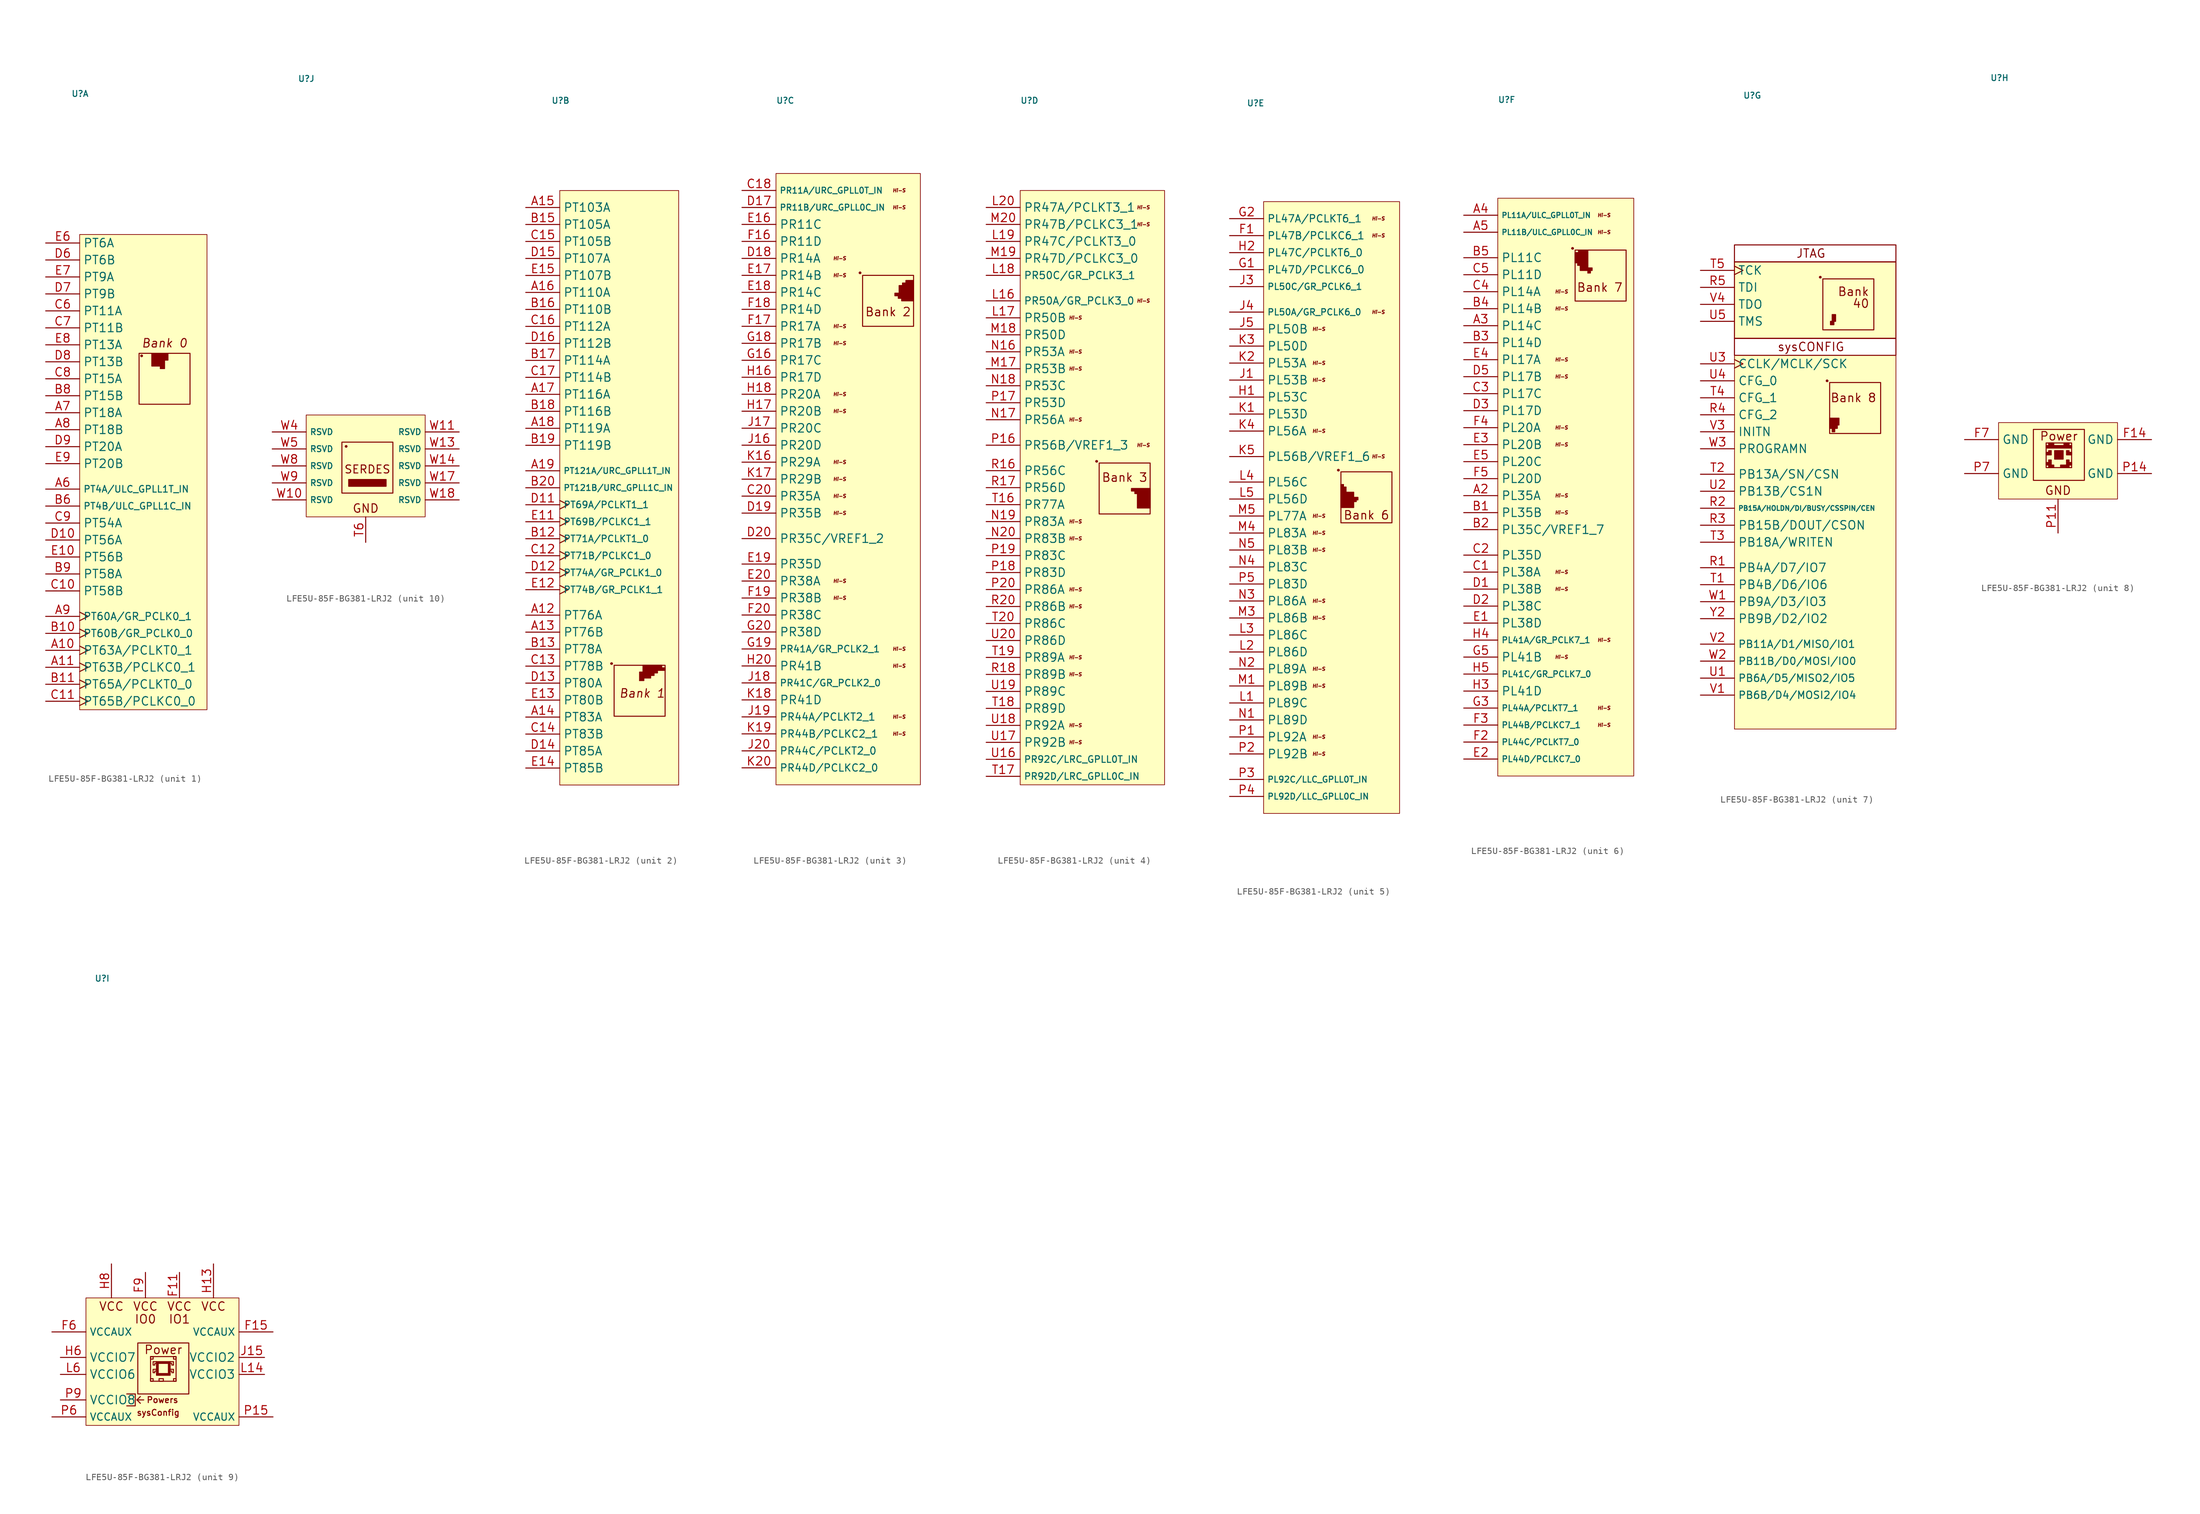
<source format=kicad_sym>
(kicad_symbol_lib
  (version 20211014)
  (generator kicad_symbol_editor)
  (symbol "LFE5U-85F-BG381-LRJ2"
    (property "Reference" "U"
      (at -10.16 58.42 0)
      (effects (font (size 0.889 0.889)) (justify left top)))
    (property "ki_locked" ""
      (at 0 0 0)
      (effects (font (size 1.27 1.27))))
    (symbol "LFE5U-85F-BG381-LRJ2_1_0"
      (pin bidirectional clock (at -13.97 -25.4 0) (length 5.08) (name "PT63A/PCLKT0_1" (effects (font (size 1.27 1.27)))) (number "A10" (effects (font (size 1.27 1.27)))))
      (pin bidirectional clock (at -13.97 -27.94 0) (length 5.08) (name "PT63B/PCLKC0_1" (effects (font (size 1.27 1.27)))) (number "A11" (effects (font (size 1.27 1.27)))))
      (pin bidirectional line (at -13.97 -1.27 0) (length 5.08) (name "PT4A/ULC_GPLL1T_IN" (effects (font (size 0.991 0.991)))) (number "A6" (effects (font (size 1.27 1.27)))))
      (pin bidirectional line (at -13.97 10.16 0) (length 5.08) (name "PT18A" (effects (font (size 1.27 1.27)))) (number "A7" (effects (font (size 1.27 1.27)))))
      (pin bidirectional line (at -13.97 7.62 0) (length 5.08) (name "PT18B" (effects (font (size 1.27 1.27)))) (number "A8" (effects (font (size 1.27 1.27)))))
      (pin bidirectional clock (at -13.97 -20.32 0) (length 5.08) (name "PT60A/GR_PCLK0_1" (effects (font (size 1.092 1.092)))) (number "A9" (effects (font (size 1.27 1.27)))))
      (pin bidirectional clock (at -13.97 -22.86 0) (length 5.08) (name "PT60B/GR_PCLK0_0" (effects (font (size 1.092 1.092)))) (number "B10" (effects (font (size 1.27 1.27)))))
      (pin bidirectional clock (at -13.97 -30.48 0) (length 5.08) (name "PT65A/PCLKT0_0" (effects (font (size 1.27 1.27)))) (number "B11" (effects (font (size 1.27 1.27)))))
      (pin bidirectional line (at -13.97 -3.81 0) (length 5.08) (name "PT4B/ULC_GPLL1C_IN" (effects (font (size 0.991 0.991)))) (number "B6" (effects (font (size 1.27 1.27)))))
      (pin bidirectional line (at -13.97 12.7 0) (length 5.08) (name "PT15B" (effects (font (size 1.27 1.27)))) (number "B8" (effects (font (size 1.27 1.27)))))
      (pin bidirectional line (at -13.97 -13.97 0) (length 5.08) (name "PT58A" (effects (font (size 1.27 1.27)))) (number "B9" (effects (font (size 1.27 1.27)))))
      (pin bidirectional line (at -13.97 -16.51 0) (length 5.08) (name "PT58B" (effects (font (size 1.27 1.27)))) (number "C10" (effects (font (size 1.27 1.27)))))
      (pin bidirectional clock (at -13.97 -33.02 0) (length 5.08) (name "PT65B/PCLKC0_0" (effects (font (size 1.27 1.27)))) (number "C11" (effects (font (size 1.27 1.27)))))
      (pin bidirectional line (at -13.97 25.4 0) (length 5.08) (name "PT11A" (effects (font (size 1.27 1.27)))) (number "C6" (effects (font (size 1.27 1.27)))))
      (pin bidirectional line (at -13.97 22.86 0) (length 5.08) (name "PT11B" (effects (font (size 1.27 1.27)))) (number "C7" (effects (font (size 1.27 1.27)))))
      (pin bidirectional line (at -13.97 15.24 0) (length 5.08) (name "PT15A" (effects (font (size 1.27 1.27)))) (number "C8" (effects (font (size 1.27 1.27)))))
      (pin bidirectional line (at -13.97 -6.35 0) (length 5.08) (name "PT54A" (effects (font (size 1.27 1.27)))) (number "C9" (effects (font (size 1.27 1.27)))))
      (pin bidirectional line (at -13.97 -8.89 0) (length 5.08) (name "PT56A" (effects (font (size 1.27 1.27)))) (number "D10" (effects (font (size 1.27 1.27)))))
      (pin bidirectional line (at -13.97 33.02 0) (length 5.08) (name "PT6B" (effects (font (size 1.27 1.27)))) (number "D6" (effects (font (size 1.27 1.27)))))
      (pin bidirectional line (at -13.97 27.94 0) (length 5.08) (name "PT9B" (effects (font (size 1.27 1.27)))) (number "D7" (effects (font (size 1.27 1.27)))))
      (pin bidirectional line (at -13.97 17.78 0) (length 5.08) (name "PT13B" (effects (font (size 1.27 1.27)))) (number "D8" (effects (font (size 1.27 1.27)))))
      (pin bidirectional line (at -13.97 5.08 0) (length 5.08) (name "PT20A" (effects (font (size 1.27 1.27)))) (number "D9" (effects (font (size 1.27 1.27)))))
      (pin bidirectional line (at -13.97 -11.43 0) (length 5.08) (name "PT56B" (effects (font (size 1.27 1.27)))) (number "E10" (effects (font (size 1.27 1.27)))))
      (pin bidirectional line (at -13.97 35.56 0) (length 5.08) (name "PT6A" (effects (font (size 1.27 1.27)))) (number "E6" (effects (font (size 1.27 1.27)))))
      (pin bidirectional line (at -13.97 30.48 0) (length 5.08) (name "PT9A" (effects (font (size 1.27 1.27)))) (number "E7" (effects (font (size 1.27 1.27)))))
      (pin bidirectional line (at -13.97 20.32 0) (length 5.08) (name "PT13A" (effects (font (size 1.27 1.27)))) (number "E8" (effects (font (size 1.27 1.27)))))
      (pin bidirectional line (at -13.97 2.54 0) (length 5.08) (name "PT20B" (effects (font (size 1.27 1.27)))) (number "E9" (effects (font (size 1.27 1.27))))))
    (symbol "LFE5U-85F-BG381-LRJ2_1_1"
      (polyline (pts (xy 1.905 19.05) (xy 1.905 17.145) (xy 3.175 17.145) (xy 3.175 16.764) (xy 3.81 16.764) (xy 3.81 18.034) (xy 4.318 18.034) (xy 4.318 19.05) (xy 1.905 19.05)) (stroke (width 0) (type default) (color 0 0 0 0)) (fill (type outline)))
      (rectangle (start 0 19.05) (end 7.62 11.43) (stroke (width 0) (type default) (color 0 0 0 0)) (fill (type none)))
      (arc (start 0.254 18.669) (mid 0.381 18.542) (end 0.508 18.669) (stroke (width 0) (type default) (color 0 0 0 0)) (fill (type outline)))
      (arc (start 0.508 18.669) (mid 0.381 18.796) (end 0.254 18.669) (stroke (width 0) (type default) (color 0 0 0 0)) (fill (type outline)))
      (rectangle (start 10.16 36.83) (end -8.89 -34.29) (stroke (width 0.102) (type default) (color 0 0 0 0)) (fill (type background)))
      (text "Bank 0" (at 3.81 20.574 0) (effects (font (size 1.27 1.27) italic))))
    (symbol "LFE5U-85F-BG381-LRJ2_2_0"
      (pin bidirectional line (at -13.97 -19.05 0) (length 5.08) (name "PT76A" (effects (font (size 1.27 1.27)))) (number "A12" (effects (font (size 1.27 1.27)))))
      (pin bidirectional line (at -13.97 -21.59 0) (length 5.08) (name "PT76B" (effects (font (size 1.27 1.27)))) (number "A13" (effects (font (size 1.27 1.27)))))
      (pin bidirectional line (at -13.97 -34.29 0) (length 5.08) (name "PT83A" (effects (font (size 1.27 1.27)))) (number "A14" (effects (font (size 1.27 1.27)))))
      (pin bidirectional line (at -13.97 41.91 0) (length 5.08) (name "PT103A" (effects (font (size 1.27 1.27)))) (number "A15" (effects (font (size 1.27 1.27)))))
      (pin bidirectional line (at -13.97 29.21 0) (length 5.08) (name "PT110A" (effects (font (size 1.27 1.27)))) (number "A16" (effects (font (size 1.27 1.27)))))
      (pin bidirectional line (at -13.97 13.97 0) (length 5.08) (name "PT116A" (effects (font (size 1.27 1.27)))) (number "A17" (effects (font (size 1.27 1.27)))))
      (pin bidirectional line (at -13.97 8.89 0) (length 5.08) (name "PT119A" (effects (font (size 1.27 1.27)))) (number "A18" (effects (font (size 1.27 1.27)))))
      (pin bidirectional line (at -13.97 2.54 0) (length 5.08) (name "PT121A/URC_GPLL1T_IN" (effects (font (size 0.889 0.889)))) (number "A19" (effects (font (size 1.27 1.27)))))
      (pin bidirectional clock (at -13.97 -7.62 0) (length 5.08) (name "PT71A/PCLKT1_0" (effects (font (size 0.991 0.991)))) (number "B12" (effects (font (size 1.27 1.27)))))
      (pin bidirectional line (at -13.97 -24.13 0) (length 5.08) (name "PT78A" (effects (font (size 1.27 1.27)))) (number "B13" (effects (font (size 1.27 1.27)))))
      (pin bidirectional line (at -13.97 39.37 0) (length 5.08) (name "PT105A" (effects (font (size 1.27 1.27)))) (number "B15" (effects (font (size 1.27 1.27)))))
      (pin bidirectional line (at -13.97 26.67 0) (length 5.08) (name "PT110B" (effects (font (size 1.27 1.27)))) (number "B16" (effects (font (size 1.27 1.27)))))
      (pin bidirectional line (at -13.97 19.05 0) (length 5.08) (name "PT114A" (effects (font (size 1.27 1.27)))) (number "B17" (effects (font (size 1.27 1.27)))))
      (pin bidirectional line (at -13.97 11.43 0) (length 5.08) (name "PT116B" (effects (font (size 1.27 1.27)))) (number "B18" (effects (font (size 1.27 1.27)))))
      (pin bidirectional line (at -13.97 6.35 0) (length 5.08) (name "PT119B" (effects (font (size 1.27 1.27)))) (number "B19" (effects (font (size 1.27 1.27)))))
      (pin bidirectional line (at -13.97 0 0) (length 5.08) (name "PT121B/URC_GPLL1C_IN" (effects (font (size 0.889 0.889)))) (number "B20" (effects (font (size 1.27 1.27)))))
      (pin bidirectional clock (at -13.97 -10.16 0) (length 5.08) (name "PT71B/PCLKC1_0" (effects (font (size 0.991 0.991)))) (number "C12" (effects (font (size 1.27 1.27)))))
      (pin bidirectional line (at -13.97 -26.67 0) (length 5.08) (name "PT78B" (effects (font (size 1.27 1.27)))) (number "C13" (effects (font (size 1.27 1.27)))))
      (pin bidirectional line (at -13.97 -36.83 0) (length 5.08) (name "PT83B" (effects (font (size 1.27 1.27)))) (number "C14" (effects (font (size 1.27 1.27)))))
      (pin bidirectional line (at -13.97 36.83 0) (length 5.08) (name "PT105B" (effects (font (size 1.27 1.27)))) (number "C15" (effects (font (size 1.27 1.27)))))
      (pin bidirectional line (at -13.97 24.13 0) (length 5.08) (name "PT112A" (effects (font (size 1.27 1.27)))) (number "C16" (effects (font (size 1.27 1.27)))))
      (pin bidirectional line (at -13.97 16.51 0) (length 5.08) (name "PT114B" (effects (font (size 1.27 1.27)))) (number "C17" (effects (font (size 1.27 1.27)))))
      (pin bidirectional clock (at -13.97 -2.54 0) (length 5.08) (name "PT69A/PCLKT1_1" (effects (font (size 0.991 0.991)))) (number "D11" (effects (font (size 1.27 1.27)))))
      (pin bidirectional clock (at -13.97 -12.7 0) (length 5.08) (name "PT74A/GR_PCLK1_0" (effects (font (size 0.991 0.991)))) (number "D12" (effects (font (size 1.27 1.27)))))
      (pin bidirectional line (at -13.97 -29.21 0) (length 5.08) (name "PT80A" (effects (font (size 1.27 1.27)))) (number "D13" (effects (font (size 1.27 1.27)))))
      (pin bidirectional line (at -13.97 -39.37 0) (length 5.08) (name "PT85A" (effects (font (size 1.27 1.27)))) (number "D14" (effects (font (size 1.27 1.27)))))
      (pin bidirectional line (at -13.97 34.29 0) (length 5.08) (name "PT107A" (effects (font (size 1.27 1.27)))) (number "D15" (effects (font (size 1.27 1.27)))))
      (pin bidirectional line (at -13.97 21.59 0) (length 5.08) (name "PT112B" (effects (font (size 1.27 1.27)))) (number "D16" (effects (font (size 1.27 1.27)))))
      (pin bidirectional clock (at -13.97 -5.08 0) (length 5.08) (name "PT69B/PCLKC1_1" (effects (font (size 0.991 0.991)))) (number "E11" (effects (font (size 1.27 1.27)))))
      (pin bidirectional clock (at -13.97 -15.24 0) (length 5.08) (name "PT74B/GR_PCLK1_1" (effects (font (size 0.991 0.991)))) (number "E12" (effects (font (size 1.27 1.27)))))
      (pin bidirectional line (at -13.97 -31.75 0) (length 5.08) (name "PT80B" (effects (font (size 1.27 1.27)))) (number "E13" (effects (font (size 1.27 1.27)))))
      (pin bidirectional line (at -13.97 -41.91 0) (length 5.08) (name "PT85B" (effects (font (size 1.27 1.27)))) (number "E14" (effects (font (size 1.27 1.27)))))
      (pin bidirectional line (at -13.97 31.75 0) (length 5.08) (name "PT107B" (effects (font (size 1.27 1.27)))) (number "E15" (effects (font (size 1.27 1.27))))))
    (symbol "LFE5U-85F-BG381-LRJ2_2_1"
      (arc (start -1.27 -26.289) (mid -1.143 -26.416) (end -1.016 -26.289) (stroke (width 0) (type default) (color 0 0 0 0)) (fill (type outline)))
      (arc (start -1.016 -26.289) (mid -1.143 -26.162) (end -1.27 -26.289) (stroke (width 0) (type default) (color 0 0 0 0)) (fill (type outline)))
      (rectangle (start -0.762 -26.543) (end 6.858 -34.163) (stroke (width 0) (type default) (color 0 0 0 0)) (fill (type none)))
      (polyline (pts (xy 3.048 -28.829) (xy 3.048 -28.829)) (stroke (width 0) (type default) (color 0 0 0 0)) (fill (type none)))
      (polyline (pts (xy 3.556 -26.543) (xy 3.556 -27.559) (xy 3.048 -27.559) (xy 3.048 -28.829) (xy 3.683 -28.829) (xy 3.683 -28.448) (xy 4.699 -28.448) (xy 4.699 -28.067) (xy 5.207 -28.067) (xy 5.207 -27.686) (xy 5.715 -27.686) (xy 5.715 -27.305) (xy 6.858 -27.305) (xy 6.858 -26.924) (xy 6.35 -26.924) (xy 6.35 -26.543) (xy 3.556 -26.543)) (stroke (width 0) (type default) (color 0 0 0 0)) (fill (type outline)))
      (rectangle (start 8.89 44.45) (end -8.89 -44.45) (stroke (width 0.102) (type default) (color 0 0 0 0)) (fill (type background)))
      (text "Bank 1" (at 3.429 -30.734 0) (effects (font (size 1.27 1.27) italic))))
    (symbol "LFE5U-85F-BG381-LRJ2_3_0"
      (pin bidirectional line (at -15.24 44.45 0) (length 5.08) (name "PR11A/URC_GPLL0T_IN" (effects (font (size 0.889 0.889)))) (number "C18" (effects (font (size 1.27 1.27)))))
      (pin bidirectional line (at -15.24 -1.27 0) (length 5.08) (name "PR35A" (effects (font (size 1.27 1.27)))) (number "C20" (effects (font (size 1.27 1.27)))))
      (pin bidirectional line (at -15.24 41.91 0) (length 5.08) (name "PR11B/URC_GPLL0C_IN" (effects (font (size 0.889 0.889)))) (number "D17" (effects (font (size 1.27 1.27)))))
      (pin bidirectional line (at -15.24 34.29 0) (length 5.08) (name "PR14A" (effects (font (size 1.27 1.27)))) (number "D18" (effects (font (size 1.27 1.27)))))
      (pin bidirectional line (at -15.24 -3.81 0) (length 5.08) (name "PR35B" (effects (font (size 1.27 1.27)))) (number "D19" (effects (font (size 1.27 1.27)))))
      (pin passive line (at -15.24 -7.62 0) (length 5.08) (name "PR35C/VREF1_2" (effects (font (size 1.27 1.27)))) (number "D20" (effects (font (size 1.27 1.27)))))
      (pin bidirectional line (at -15.24 39.37 0) (length 5.08) (name "PR11C" (effects (font (size 1.27 1.27)))) (number "E16" (effects (font (size 1.27 1.27)))))
      (pin bidirectional line (at -15.24 31.75 0) (length 5.08) (name "PR14B" (effects (font (size 1.27 1.27)))) (number "E17" (effects (font (size 1.27 1.27)))))
      (pin bidirectional line (at -15.24 29.21 0) (length 5.08) (name "PR14C" (effects (font (size 1.27 1.27)))) (number "E18" (effects (font (size 1.27 1.27)))))
      (pin bidirectional line (at -15.24 -11.43 0) (length 5.08) (name "PR35D" (effects (font (size 1.27 1.27)))) (number "E19" (effects (font (size 1.27 1.27)))))
      (pin bidirectional line (at -15.24 -13.97 0) (length 5.08) (name "PR38A" (effects (font (size 1.27 1.27)))) (number "E20" (effects (font (size 1.27 1.27)))))
      (pin bidirectional line (at -15.24 36.83 0) (length 5.08) (name "PR11D" (effects (font (size 1.27 1.27)))) (number "F16" (effects (font (size 1.27 1.27)))))
      (pin bidirectional line (at -15.24 24.13 0) (length 5.08) (name "PR17A" (effects (font (size 1.27 1.27)))) (number "F17" (effects (font (size 1.27 1.27)))))
      (pin bidirectional line (at -15.24 26.67 0) (length 5.08) (name "PR14D" (effects (font (size 1.27 1.27)))) (number "F18" (effects (font (size 1.27 1.27)))))
      (pin bidirectional line (at -15.24 -16.51 0) (length 5.08) (name "PR38B" (effects (font (size 1.27 1.27)))) (number "F19" (effects (font (size 1.27 1.27)))))
      (pin bidirectional line (at -15.24 -19.05 0) (length 5.08) (name "PR38C" (effects (font (size 1.27 1.27)))) (number "F20" (effects (font (size 1.27 1.27)))))
      (pin bidirectional line (at -15.24 19.05 0) (length 5.08) (name "PR17C" (effects (font (size 1.27 1.27)))) (number "G16" (effects (font (size 1.27 1.27)))))
      (pin bidirectional line (at -15.24 21.59 0) (length 5.08) (name "PR17B" (effects (font (size 1.27 1.27)))) (number "G18" (effects (font (size 1.27 1.27)))))
      (pin bidirectional line (at -15.24 -24.13 0) (length 5.08) (name "PR41A/GR_PCLK2_1" (effects (font (size 0.991 0.991)))) (number "G19" (effects (font (size 1.27 1.27)))))
      (pin bidirectional line (at -15.24 -21.59 0) (length 5.08) (name "PR38D" (effects (font (size 1.27 1.27)))) (number "G20" (effects (font (size 1.27 1.27)))))
      (pin bidirectional line (at -15.24 16.51 0) (length 5.08) (name "PR17D" (effects (font (size 1.27 1.27)))) (number "H16" (effects (font (size 1.27 1.27)))))
      (pin bidirectional line (at -15.24 11.43 0) (length 5.08) (name "PR20B" (effects (font (size 1.27 1.27)))) (number "H17" (effects (font (size 1.27 1.27)))))
      (pin bidirectional line (at -15.24 13.97 0) (length 5.08) (name "PR20A" (effects (font (size 1.27 1.27)))) (number "H18" (effects (font (size 1.27 1.27)))))
      (pin bidirectional line (at -15.24 -26.67 0) (length 5.08) (name "PR41B" (effects (font (size 1.27 1.27)))) (number "H20" (effects (font (size 1.27 1.27)))))
      (pin bidirectional line (at -15.24 6.35 0) (length 5.08) (name "PR20D" (effects (font (size 1.27 1.27)))) (number "J16" (effects (font (size 1.27 1.27)))))
      (pin bidirectional line (at -15.24 8.89 0) (length 5.08) (name "PR20C" (effects (font (size 1.27 1.27)))) (number "J17" (effects (font (size 1.27 1.27)))))
      (pin bidirectional line (at -15.24 -29.21 0) (length 5.08) (name "PR41C/GR_PCLK2_0" (effects (font (size 0.991 0.991)))) (number "J18" (effects (font (size 1.27 1.27)))))
      (pin bidirectional line (at -15.24 -34.29 0) (length 5.08) (name "PR44A/PCLKT2_1" (effects (font (size 1.092 1.092)))) (number "J19" (effects (font (size 1.27 1.27)))))
      (pin bidirectional line (at -15.24 -39.37 0) (length 5.08) (name "PR44C/PCLKT2_0" (effects (font (size 1.092 1.092)))) (number "J20" (effects (font (size 1.27 1.27)))))
      (pin bidirectional line (at -15.24 3.81 0) (length 5.08) (name "PR29A" (effects (font (size 1.27 1.27)))) (number "K16" (effects (font (size 1.27 1.27)))))
      (pin bidirectional line (at -15.24 1.27 0) (length 5.08) (name "PR29B" (effects (font (size 1.27 1.27)))) (number "K17" (effects (font (size 1.27 1.27)))))
      (pin bidirectional line (at -15.24 -31.75 0) (length 5.08) (name "PR41D" (effects (font (size 1.27 1.27)))) (number "K18" (effects (font (size 1.27 1.27)))))
      (pin bidirectional line (at -15.24 -36.83 0) (length 5.08) (name "PR44B/PCLKC2_1" (effects (font (size 1.092 1.092)))) (number "K19" (effects (font (size 1.27 1.27)))))
      (pin bidirectional line (at -15.24 -41.91 0) (length 5.08) (name "PR44D/PCLKC2_0" (effects (font (size 1.092 1.092)))) (number "K20" (effects (font (size 1.27 1.27))))))
    (symbol "LFE5U-85F-BG381-LRJ2_3_1"
      (polyline (pts (xy 10.414 30.988) (xy 9.271 30.988) (xy 9.271 30.607) (xy 8.763 30.607) (xy 8.763 30.226) (xy 8.255 30.226) (xy 8.255 29.083) (xy 7.62 29.083) (xy 7.62 28.702) (xy 8.128 28.702) (xy 8.128 28.321) (xy 8.636 28.321) (xy 8.636 27.94) (xy 10.414 27.94) (xy 10.414 30.988)) (stroke (width 0) (type default) (color 0 0 0 0)) (fill (type outline)))
      (arc (start 2.286 32.131) (mid 2.413 32.004) (end 2.54 32.131) (stroke (width 0) (type default) (color 0 0 0 0)) (fill (type outline)))
      (arc (start 2.54 32.131) (mid 2.413 32.258) (end 2.286 32.131) (stroke (width 0) (type default) (color 0 0 0 0)) (fill (type outline)))
      (rectangle (start 2.794 31.75) (end 10.414 24.13) (stroke (width 0) (type default) (color 0 0 0 0)) (fill (type none)))
      (rectangle (start 11.43 46.99) (end -10.16 -44.45) (stroke (width 0.102) (type default) (color 0 0 0 0)) (fill (type background)))
      (text "Bank 2" (at 6.604 26.289 0) (effects (font (size 1.27 1.27))))
      (text "Hi-S" (at -0.635 -16.51 0) (effects (font (size 0.508 0.508) italic)))
      (text "Hi-S" (at -0.635 -13.97 0) (effects (font (size 0.508 0.508) italic)))
      (text "Hi-S" (at -0.635 -3.81 0) (effects (font (size 0.508 0.508) italic)))
      (text "Hi-S" (at -0.635 -1.27 0) (effects (font (size 0.508 0.508) italic)))
      (text "Hi-S" (at -0.635 1.27 0) (effects (font (size 0.508 0.508) italic)))
      (text "Hi-S" (at -0.635 3.81 0) (effects (font (size 0.508 0.508) italic)))
      (text "Hi-S" (at -0.635 11.43 0) (effects (font (size 0.508 0.508) italic)))
      (text "Hi-S" (at -0.635 13.97 0) (effects (font (size 0.508 0.508) italic)))
      (text "Hi-S" (at -0.635 21.59 0) (effects (font (size 0.508 0.508) italic)))
      (text "Hi-S" (at -0.635 24.13 0) (effects (font (size 0.508 0.508) italic)))
      (text "Hi-S" (at -0.635 31.75 0) (effects (font (size 0.508 0.508) italic)))
      (text "Hi-S" (at -0.635 34.29 0) (effects (font (size 0.508 0.508) italic)))
      (text "Hi-S" (at 8.255 -36.83 0) (effects (font (size 0.508 0.508) italic)))
      (text "Hi-S" (at 8.255 -34.29 0) (effects (font (size 0.508 0.508) italic)))
      (text "Hi-S" (at 8.255 -26.67 0) (effects (font (size 0.508 0.508) italic)))
      (text "Hi-S" (at 8.255 -24.13 0) (effects (font (size 0.508 0.508) italic)))
      (text "Hi-S" (at 8.255 41.91 0) (effects (font (size 0.508 0.508) italic)))
      (text "Hi-S" (at 8.255 44.45 0) (effects (font (size 0.508 0.508) italic))))
    (symbol "LFE5U-85F-BG381-LRJ2_4_0"
      (pin bidirectional line (at -15.24 27.94 0) (length 5.08) (name "PR50A/GR_PCLK3_0" (effects (font (size 1.092 1.092)))) (number "L16" (effects (font (size 1.27 1.27)))))
      (pin bidirectional line (at -15.24 25.4 0) (length 5.08) (name "PR50B" (effects (font (size 1.27 1.27)))) (number "L17" (effects (font (size 1.27 1.27)))))
      (pin bidirectional line (at -15.24 31.75 0) (length 5.08) (name "PR50C/GR_PCLK3_1" (effects (font (size 1.092 1.092)))) (number "L18" (effects (font (size 1.27 1.27)))))
      (pin bidirectional line (at -15.24 36.83 0) (length 5.08) (name "PR47C/PCLKT3_0" (effects (font (size 1.27 1.27)))) (number "L19" (effects (font (size 1.27 1.27)))))
      (pin bidirectional line (at -15.24 41.91 0) (length 5.08) (name "PR47A/PCLKT3_1" (effects (font (size 1.27 1.27)))) (number "L20" (effects (font (size 1.27 1.27)))))
      (pin bidirectional line (at -15.24 17.78 0) (length 5.08) (name "PR53B" (effects (font (size 1.27 1.27)))) (number "M17" (effects (font (size 1.27 1.27)))))
      (pin bidirectional line (at -15.24 22.86 0) (length 5.08) (name "PR50D" (effects (font (size 1.27 1.27)))) (number "M18" (effects (font (size 1.27 1.27)))))
      (pin bidirectional line (at -15.24 34.29 0) (length 5.08) (name "PR47D/PCLKC3_0" (effects (font (size 1.27 1.27)))) (number "M19" (effects (font (size 1.27 1.27)))))
      (pin bidirectional line (at -15.24 39.37 0) (length 5.08) (name "PR47B/PCLKC3_1" (effects (font (size 1.27 1.27)))) (number "M20" (effects (font (size 1.27 1.27)))))
      (pin bidirectional line (at -15.24 20.32 0) (length 5.08) (name "PR53A" (effects (font (size 1.27 1.27)))) (number "N16" (effects (font (size 1.27 1.27)))))
      (pin bidirectional line (at -15.24 10.16 0) (length 5.08) (name "PR56A" (effects (font (size 1.27 1.27)))) (number "N17" (effects (font (size 1.27 1.27)))))
      (pin bidirectional line (at -15.24 15.24 0) (length 5.08) (name "PR53C" (effects (font (size 1.27 1.27)))) (number "N18" (effects (font (size 1.27 1.27)))))
      (pin bidirectional line (at -15.24 -5.08 0) (length 5.08) (name "PR83A" (effects (font (size 1.27 1.27)))) (number "N19" (effects (font (size 1.27 1.27)))))
      (pin bidirectional line (at -15.24 -7.62 0) (length 5.08) (name "PR83B" (effects (font (size 1.27 1.27)))) (number "N20" (effects (font (size 1.27 1.27)))))
      (pin bidirectional line (at -15.24 6.35 0) (length 5.08) (name "PR56B/VREF1_3" (effects (font (size 1.27 1.27)))) (number "P16" (effects (font (size 1.27 1.27)))))
      (pin bidirectional line (at -15.24 12.7 0) (length 5.08) (name "PR53D" (effects (font (size 1.27 1.27)))) (number "P17" (effects (font (size 1.27 1.27)))))
      (pin bidirectional line (at -15.24 -12.7 0) (length 5.08) (name "PR83D" (effects (font (size 1.27 1.27)))) (number "P18" (effects (font (size 1.27 1.27)))))
      (pin bidirectional line (at -15.24 -10.16 0) (length 5.08) (name "PR83C" (effects (font (size 1.27 1.27)))) (number "P19" (effects (font (size 1.27 1.27)))))
      (pin bidirectional line (at -15.24 -15.24 0) (length 5.08) (name "PR86A" (effects (font (size 1.27 1.27)))) (number "P20" (effects (font (size 1.27 1.27)))))
      (pin bidirectional line (at -15.24 2.54 0) (length 5.08) (name "PR56C" (effects (font (size 1.27 1.27)))) (number "R16" (effects (font (size 1.27 1.27)))))
      (pin bidirectional line (at -15.24 0 0) (length 5.08) (name "PR56D" (effects (font (size 1.27 1.27)))) (number "R17" (effects (font (size 1.27 1.27)))))
      (pin bidirectional line (at -15.24 -27.94 0) (length 5.08) (name "PR89B" (effects (font (size 1.27 1.27)))) (number "R18" (effects (font (size 1.27 1.27)))))
      (pin bidirectional line (at -15.24 -17.78 0) (length 5.08) (name "PR86B" (effects (font (size 1.27 1.27)))) (number "R20" (effects (font (size 1.27 1.27)))))
      (pin bidirectional line (at -15.24 -2.54 0) (length 5.08) (name "PR77A" (effects (font (size 1.27 1.27)))) (number "T16" (effects (font (size 1.27 1.27)))))
      (pin bidirectional line (at -15.24 -43.18 0) (length 5.08) (name "PR92D/LRC_GPLL0C_IN" (effects (font (size 0.991 0.991)))) (number "T17" (effects (font (size 1.27 1.27)))))
      (pin bidirectional line (at -15.24 -33.02 0) (length 5.08) (name "PR89D" (effects (font (size 1.27 1.27)))) (number "T18" (effects (font (size 1.27 1.27)))))
      (pin bidirectional line (at -15.24 -25.4 0) (length 5.08) (name "PR89A" (effects (font (size 1.27 1.27)))) (number "T19" (effects (font (size 1.27 1.27)))))
      (pin bidirectional line (at -15.24 -20.32 0) (length 5.08) (name "PR86C" (effects (font (size 1.27 1.27)))) (number "T20" (effects (font (size 1.27 1.27)))))
      (pin bidirectional line (at -15.24 -40.64 0) (length 5.08) (name "PR92C/LRC_GPLL0T_IN" (effects (font (size 0.991 0.991)))) (number "U16" (effects (font (size 1.27 1.27)))))
      (pin bidirectional line (at -15.24 -38.1 0) (length 5.08) (name "PR92B" (effects (font (size 1.27 1.27)))) (number "U17" (effects (font (size 1.27 1.27)))))
      (pin bidirectional line (at -15.24 -35.56 0) (length 5.08) (name "PR92A" (effects (font (size 1.27 1.27)))) (number "U18" (effects (font (size 1.27 1.27)))))
      (pin bidirectional line (at -15.24 -30.48 0) (length 5.08) (name "PR89C" (effects (font (size 1.27 1.27)))) (number "U19" (effects (font (size 1.27 1.27)))))
      (pin bidirectional line (at -15.24 -22.86 0) (length 5.08) (name "PR86D" (effects (font (size 1.27 1.27)))) (number "U20" (effects (font (size 1.27 1.27))))))
    (symbol "LFE5U-85F-BG381-LRJ2_4_1"
      (polyline (pts (xy 9.271 -0.127) (xy 6.477 -0.127) (xy 6.477 -0.508) (xy 6.985 -0.508) (xy 6.985 -0.889) (xy 7.366 -0.889) (xy 7.366 -3.048) (xy 9.271 -3.048) (xy 9.271 -0.127)) (stroke (width 0) (type default) (color 0 0 0 0)) (fill (type outline)))
      (arc (start 1.143 3.937) (mid 1.27 3.81) (end 1.397 3.937) (stroke (width 0) (type default) (color 0 0 0 0)) (fill (type outline)))
      (arc (start 1.397 3.937) (mid 1.27 4.064) (end 1.143 3.937) (stroke (width 0) (type default) (color 0 0 0 0)) (fill (type outline)))
      (rectangle (start 1.651 3.683) (end 9.271 -3.937) (stroke (width 0) (type default) (color 0 0 0 0)) (fill (type none)))
      (rectangle (start 11.43 44.45) (end -10.16 -44.45) (stroke (width 0.102) (type default) (color 0 0 0 0)) (fill (type background)))
      (text "Bank 3" (at 5.461 1.524 0) (effects (font (size 1.27 1.27))))
      (text "Hi-S" (at -1.905 -38.1 0) (effects (font (size 0.508 0.508) italic)))
      (text "Hi-S" (at -1.905 -35.56 0) (effects (font (size 0.508 0.508) italic)))
      (text "Hi-S" (at -1.905 -27.94 0) (effects (font (size 0.508 0.508) italic)))
      (text "Hi-S" (at -1.905 -25.4 0) (effects (font (size 0.508 0.508) italic)))
      (text "Hi-S" (at -1.905 -17.78 0) (effects (font (size 0.508 0.508) italic)))
      (text "Hi-S" (at -1.905 -15.24 0) (effects (font (size 0.508 0.508) italic)))
      (text "Hi-S" (at -1.905 -7.62 0) (effects (font (size 0.508 0.508) italic)))
      (text "Hi-S" (at -1.905 -5.08 0) (effects (font (size 0.508 0.508) italic)))
      (text "Hi-S" (at -1.905 10.16 0) (effects (font (size 0.508 0.508) italic)))
      (text "Hi-S" (at -1.905 17.78 0) (effects (font (size 0.508 0.508) italic)))
      (text "Hi-S" (at -1.905 20.32 0) (effects (font (size 0.508 0.508) italic)))
      (text "Hi-S" (at -1.905 25.4 0) (effects (font (size 0.508 0.508) italic)))
      (text "Hi-S" (at 8.255 6.35 0) (effects (font (size 0.508 0.508) italic)))
      (text "Hi-S" (at 8.255 27.94 0) (effects (font (size 0.508 0.508) italic)))
      (text "Hi-S" (at 8.255 39.37 0) (effects (font (size 0.508 0.508) italic)))
      (text "Hi-S" (at 8.255 41.91 0) (effects (font (size 0.508 0.508) italic))))
    (symbol "LFE5U-85F-BG381-LRJ2_5_0"
      (pin bidirectional line (at -12.7 38.1 0) (length 5.08) (name "PL47B/PCLKC6_1" (effects (font (size 1.092 1.092)))) (number "F1" (effects (font (size 1.27 1.27)))))
      (pin bidirectional line (at -12.7 33.02 0) (length 5.08) (name "PL47D/PCLKC6_0" (effects (font (size 1.092 1.092)))) (number "G1" (effects (font (size 1.27 1.27)))))
      (pin bidirectional line (at -12.7 40.64 0) (length 5.08) (name "PL47A/PCLKT6_1" (effects (font (size 1.092 1.092)))) (number "G2" (effects (font (size 1.27 1.27)))))
      (pin bidirectional line (at -12.7 13.97 0) (length 5.08) (name "PL53C" (effects (font (size 1.27 1.27)))) (number "H1" (effects (font (size 1.27 1.27)))))
      (pin bidirectional line (at -12.7 35.56 0) (length 5.08) (name "PL47C/PCLKT6_0" (effects (font (size 1.092 1.092)))) (number "H2" (effects (font (size 1.27 1.27)))))
      (pin bidirectional line (at -12.7 16.51 0) (length 5.08) (name "PL53B" (effects (font (size 1.27 1.27)))) (number "J1" (effects (font (size 1.27 1.27)))))
      (pin bidirectional line (at -12.7 30.48 0) (length 5.08) (name "PL50C/GR_PCLK6_1" (effects (font (size 0.94 0.94)))) (number "J3" (effects (font (size 1.27 1.27)))))
      (pin bidirectional line (at -12.7 26.67 0) (length 5.08) (name "PL50A/GR_PCLK6_0" (effects (font (size 0.94 0.94)))) (number "J4" (effects (font (size 1.27 1.27)))))
      (pin bidirectional line (at -12.7 24.13 0) (length 5.08) (name "PL50B" (effects (font (size 1.27 1.27)))) (number "J5" (effects (font (size 1.27 1.27)))))
      (pin bidirectional line (at -12.7 11.43 0) (length 5.08) (name "PL53D" (effects (font (size 1.27 1.27)))) (number "K1" (effects (font (size 1.27 1.27)))))
      (pin bidirectional line (at -12.7 19.05 0) (length 5.08) (name "PL53A" (effects (font (size 1.27 1.27)))) (number "K2" (effects (font (size 1.27 1.27)))))
      (pin bidirectional line (at -12.7 21.59 0) (length 5.08) (name "PL50D" (effects (font (size 1.27 1.27)))) (number "K3" (effects (font (size 1.27 1.27)))))
      (pin bidirectional line (at -12.7 8.89 0) (length 5.08) (name "PL56A" (effects (font (size 1.27 1.27)))) (number "K4" (effects (font (size 1.27 1.27)))))
      (pin bidirectional line (at -12.7 5.08 0) (length 5.08) (name "PL56B/VREF1_6" (effects (font (size 1.27 1.27)))) (number "K5" (effects (font (size 1.27 1.27)))))
      (pin bidirectional line (at -12.7 -31.75 0) (length 5.08) (name "PL89C" (effects (font (size 1.27 1.27)))) (number "L1" (effects (font (size 1.27 1.27)))))
      (pin bidirectional line (at -12.7 -24.13 0) (length 5.08) (name "PL86D" (effects (font (size 1.27 1.27)))) (number "L2" (effects (font (size 1.27 1.27)))))
      (pin bidirectional line (at -12.7 -21.59 0) (length 5.08) (name "PL86C" (effects (font (size 1.27 1.27)))) (number "L3" (effects (font (size 1.27 1.27)))))
      (pin bidirectional line (at -12.7 1.27 0) (length 5.08) (name "PL56C" (effects (font (size 1.27 1.27)))) (number "L4" (effects (font (size 1.27 1.27)))))
      (pin bidirectional line (at -12.7 -1.27 0) (length 5.08) (name "PL56D" (effects (font (size 1.27 1.27)))) (number "L5" (effects (font (size 1.27 1.27)))))
      (pin bidirectional line (at -12.7 -29.21 0) (length 5.08) (name "PL89B" (effects (font (size 1.27 1.27)))) (number "M1" (effects (font (size 1.27 1.27)))))
      (pin bidirectional line (at -12.7 -19.05 0) (length 5.08) (name "PL86B" (effects (font (size 1.27 1.27)))) (number "M3" (effects (font (size 1.27 1.27)))))
      (pin bidirectional line (at -12.7 -6.35 0) (length 5.08) (name "PL83A" (effects (font (size 1.27 1.27)))) (number "M4" (effects (font (size 1.27 1.27)))))
      (pin bidirectional line (at -12.7 -3.81 0) (length 5.08) (name "PL77A" (effects (font (size 1.27 1.27)))) (number "M5" (effects (font (size 1.27 1.27)))))
      (pin bidirectional line (at -12.7 -34.29 0) (length 5.08) (name "PL89D" (effects (font (size 1.27 1.27)))) (number "N1" (effects (font (size 1.27 1.27)))))
      (pin bidirectional line (at -12.7 -26.67 0) (length 5.08) (name "PL89A" (effects (font (size 1.27 1.27)))) (number "N2" (effects (font (size 1.27 1.27)))))
      (pin bidirectional line (at -12.7 -16.51 0) (length 5.08) (name "PL86A" (effects (font (size 1.27 1.27)))) (number "N3" (effects (font (size 1.27 1.27)))))
      (pin bidirectional line (at -12.7 -11.43 0) (length 5.08) (name "PL83C" (effects (font (size 1.27 1.27)))) (number "N4" (effects (font (size 1.27 1.27)))))
      (pin bidirectional line (at -12.7 -8.89 0) (length 5.08) (name "PL83B" (effects (font (size 1.27 1.27)))) (number "N5" (effects (font (size 1.27 1.27)))))
      (pin bidirectional line (at -12.7 -36.83 0) (length 5.08) (name "PL92A" (effects (font (size 1.27 1.27)))) (number "P1" (effects (font (size 1.27 1.27)))))
      (pin bidirectional line (at -12.7 -39.37 0) (length 5.08) (name "PL92B" (effects (font (size 1.27 1.27)))) (number "P2" (effects (font (size 1.27 1.27)))))
      (pin bidirectional line (at -12.7 -43.18 0) (length 5.08) (name "PL92C/LLC_GPLL0T_IN" (effects (font (size 0.889 0.889)))) (number "P3" (effects (font (size 1.27 1.27)))))
      (pin bidirectional line (at -12.7 -45.72 0) (length 5.08) (name "PL92D/LLC_GPLL0C_IN" (effects (font (size 0.889 0.889)))) (number "P4" (effects (font (size 1.27 1.27)))))
      (pin bidirectional line (at -12.7 -13.97 0) (length 5.08) (name "PL83D" (effects (font (size 1.27 1.27)))) (number "P5" (effects (font (size 1.27 1.27))))))
    (symbol "LFE5U-85F-BG381-LRJ2_5_1"
      (polyline (pts (xy 4.318 0.889) (xy 3.937 0.889)) (stroke (width 0) (type default) (color 0 0 0 0)) (fill (type none)))
      (polyline (pts (xy 4.699 0.508) (xy 4.318 0.508)) (stroke (width 0) (type default) (color 0 0 0 0)) (fill (type none)))
      (polyline (pts (xy 4.318 0.508) (xy 4.318 0.635) (xy 4.318 0.889)) (stroke (width 0) (type default) (color 0 0 0 0)) (fill (type none)))
      (polyline (pts (xy 3.937 -2.54) (xy 5.842 -2.54) (xy 5.842 -1.651) (xy 6.223 -1.651) (xy 6.223 -1.397) (xy 6.477 -1.397) (xy 6.477 -1.016) (xy 5.842 -1.016) (xy 5.842 -0.254) (xy 4.699 -0.254) (xy 4.699 0.508) (xy 4.318 0.508) (xy 4.318 0.889) (xy 3.937 0.889) (xy 3.937 -2.54)) (stroke (width 0) (type default) (color 0 0 0 0)) (fill (type outline)))
      (arc (start 3.429 3.048) (mid 3.556 2.921) (end 3.683 3.048) (stroke (width 0) (type default) (color 0 0 0 0)) (fill (type outline)))
      (arc (start 3.683 3.048) (mid 3.556 3.175) (end 3.429 3.048) (stroke (width 0) (type default) (color 0 0 0 0)) (fill (type outline)))
      (rectangle (start 3.937 2.794) (end 11.557 -4.826) (stroke (width 0) (type default) (color 0 0 0 0)) (fill (type none)))
      (rectangle (start 12.7 43.18) (end -7.62 -48.26) (stroke (width 0.102) (type default) (color 0 0 0 0)) (fill (type background)))
      (text "Bank 6" (at 7.747 -3.683 0) (effects (font (size 1.27 1.27))))
      (text "Hi-S" (at 0.635 -39.37 0) (effects (font (size 0.508 0.508) italic)))
      (text "Hi-S" (at 0.635 -36.83 0) (effects (font (size 0.508 0.508) italic)))
      (text "Hi-S" (at 0.635 -29.21 0) (effects (font (size 0.508 0.508) italic)))
      (text "Hi-S" (at 0.635 -26.67 0) (effects (font (size 0.508 0.508) italic)))
      (text "Hi-S" (at 0.635 -19.05 0) (effects (font (size 0.508 0.508) italic)))
      (text "Hi-S" (at 0.635 -16.51 0) (effects (font (size 0.508 0.508) italic)))
      (text "Hi-S" (at 0.635 -8.89 0) (effects (font (size 0.508 0.508) italic)))
      (text "Hi-S" (at 0.635 -6.35 0) (effects (font (size 0.508 0.508) italic)))
      (text "Hi-S" (at 0.635 -3.81 0) (effects (font (size 0.508 0.508) italic)))
      (text "Hi-S" (at 0.635 8.89 0) (effects (font (size 0.508 0.508) italic)))
      (text "Hi-S" (at 0.635 16.51 0) (effects (font (size 0.508 0.508) italic)))
      (text "Hi-S" (at 0.635 19.05 0) (effects (font (size 0.508 0.508) italic)))
      (text "Hi-S" (at 0.635 24.13 0) (effects (font (size 0.508 0.508) italic)))
      (text "Hi-S" (at 9.525 5.08 0) (effects (font (size 0.508 0.508) italic)))
      (text "Hi-S" (at 9.525 26.67 0) (effects (font (size 0.508 0.508) italic)))
      (text "Hi-S" (at 9.525 38.1 0) (effects (font (size 0.508 0.508) italic)))
      (text "Hi-S" (at 9.525 40.64 0) (effects (font (size 0.508 0.508) italic))))
    (symbol "LFE5U-85F-BG381-LRJ2_6_0"
      (pin bidirectional line (at -15.24 -1.27 0) (length 5.08) (name "PL35A" (effects (font (size 1.27 1.27)))) (number "A2" (effects (font (size 1.27 1.27)))))
      (pin bidirectional line (at -15.24 24.13 0) (length 5.08) (name "PL14C" (effects (font (size 1.27 1.27)))) (number "A3" (effects (font (size 1.27 1.27)))))
      (pin bidirectional line (at -15.24 40.64 0) (length 5.08) (name "PL11A/ULC_GPLL0T_IN" (effects (font (size 0.787 0.787)))) (number "A4" (effects (font (size 1.27 1.27)))))
      (pin bidirectional line (at -15.24 38.1 0) (length 5.08) (name "PL11B/ULC_GPLL0C_IN" (effects (font (size 0.787 0.787)))) (number "A5" (effects (font (size 1.27 1.27)))))
      (pin bidirectional line (at -15.24 -3.81 0) (length 5.08) (name "PL35B" (effects (font (size 1.27 1.27)))) (number "B1" (effects (font (size 1.27 1.27)))))
      (pin bidirectional line (at -15.24 -6.35 0) (length 5.08) (name "PL35C/VREF1_7" (effects (font (size 1.27 1.27)))) (number "B2" (effects (font (size 1.27 1.27)))))
      (pin bidirectional line (at -15.24 21.59 0) (length 5.08) (name "PL14D" (effects (font (size 1.27 1.27)))) (number "B3" (effects (font (size 1.27 1.27)))))
      (pin bidirectional line (at -15.24 26.67 0) (length 5.08) (name "PL14B" (effects (font (size 1.27 1.27)))) (number "B4" (effects (font (size 1.27 1.27)))))
      (pin bidirectional line (at -15.24 34.29 0) (length 5.08) (name "PL11C" (effects (font (size 1.27 1.27)))) (number "B5" (effects (font (size 1.27 1.27)))))
      (pin bidirectional line (at -15.24 -12.7 0) (length 5.08) (name "PL38A" (effects (font (size 1.27 1.27)))) (number "C1" (effects (font (size 1.27 1.27)))))
      (pin bidirectional line (at -15.24 -10.16 0) (length 5.08) (name "PL35D" (effects (font (size 1.27 1.27)))) (number "C2" (effects (font (size 1.27 1.27)))))
      (pin bidirectional line (at -15.24 13.97 0) (length 5.08) (name "PL17C" (effects (font (size 1.27 1.27)))) (number "C3" (effects (font (size 1.27 1.27)))))
      (pin bidirectional line (at -15.24 29.21 0) (length 5.08) (name "PL14A" (effects (font (size 1.27 1.27)))) (number "C4" (effects (font (size 1.27 1.27)))))
      (pin bidirectional line (at -15.24 31.75 0) (length 5.08) (name "PL11D" (effects (font (size 1.27 1.27)))) (number "C5" (effects (font (size 1.27 1.27)))))
      (pin bidirectional line (at -15.24 -15.24 0) (length 5.08) (name "PL38B" (effects (font (size 1.27 1.27)))) (number "D1" (effects (font (size 1.27 1.27)))))
      (pin bidirectional line (at -15.24 -17.78 0) (length 5.08) (name "PL38C" (effects (font (size 1.27 1.27)))) (number "D2" (effects (font (size 1.27 1.27)))))
      (pin bidirectional line (at -15.24 11.43 0) (length 5.08) (name "PL17D" (effects (font (size 1.27 1.27)))) (number "D3" (effects (font (size 1.27 1.27)))))
      (pin bidirectional line (at -15.24 16.51 0) (length 5.08) (name "PL17B" (effects (font (size 1.27 1.27)))) (number "D5" (effects (font (size 1.27 1.27)))))
      (pin bidirectional line (at -15.24 -20.32 0) (length 5.08) (name "PL38D" (effects (font (size 1.27 1.27)))) (number "E1" (effects (font (size 1.27 1.27)))))
      (pin bidirectional line (at -15.24 -40.64 0) (length 5.08) (name "PL44D/PCLKC7_0" (effects (font (size 0.889 0.889)))) (number "E2" (effects (font (size 1.27 1.27)))))
      (pin bidirectional line (at -15.24 6.35 0) (length 5.08) (name "PL20B" (effects (font (size 1.27 1.27)))) (number "E3" (effects (font (size 1.27 1.27)))))
      (pin bidirectional line (at -15.24 19.05 0) (length 5.08) (name "PL17A" (effects (font (size 1.27 1.27)))) (number "E4" (effects (font (size 1.27 1.27)))))
      (pin bidirectional line (at -15.24 3.81 0) (length 5.08) (name "PL20C" (effects (font (size 1.27 1.27)))) (number "E5" (effects (font (size 1.27 1.27)))))
      (pin bidirectional line (at -15.24 -38.1 0) (length 5.08) (name "PL44C/PCLKT7_0" (effects (font (size 0.889 0.889)))) (number "F2" (effects (font (size 1.27 1.27)))))
      (pin bidirectional line (at -15.24 -35.56 0) (length 5.08) (name "PL44B/PCLKC7_1" (effects (font (size 0.889 0.889)))) (number "F3" (effects (font (size 1.27 1.27)))))
      (pin bidirectional line (at -15.24 8.89 0) (length 5.08) (name "PL20A" (effects (font (size 1.27 1.27)))) (number "F4" (effects (font (size 1.27 1.27)))))
      (pin bidirectional line (at -15.24 1.27 0) (length 5.08) (name "PL20D" (effects (font (size 1.27 1.27)))) (number "F5" (effects (font (size 1.27 1.27)))))
      (pin bidirectional line (at -15.24 -33.02 0) (length 5.08) (name "PL44A/PCLKT7_1" (effects (font (size 0.889 0.889)))) (number "G3" (effects (font (size 1.27 1.27)))))
      (pin bidirectional line (at -15.24 -25.4 0) (length 5.08) (name "PL41B" (effects (font (size 1.27 1.27)))) (number "G5" (effects (font (size 1.27 1.27)))))
      (pin bidirectional line (at -15.24 -30.48 0) (length 5.08) (name "PL41D" (effects (font (size 1.27 1.27)))) (number "H3" (effects (font (size 1.27 1.27)))))
      (pin bidirectional line (at -15.24 -22.86 0) (length 5.08) (name "PL41A/GR_PCLK7_1" (effects (font (size 0.889 0.889)))) (number "H4" (effects (font (size 1.27 1.27)))))
      (pin bidirectional line (at -15.24 -27.94 0) (length 5.08) (name "PL41C/GR_PCLK7_0" (effects (font (size 0.889 0.889)))) (number "H5" (effects (font (size 1.27 1.27))))))
    (symbol "LFE5U-85F-BG381-LRJ2_6_1"
      (polyline (pts (xy 3.302 32.004) (xy 3.302 32.004)) (stroke (width 0) (type default) (color 0 0 0 0)) (fill (type none)))
      (polyline (pts (xy 1.397 35.052) (xy 1.905 35.052) (xy 1.905 35.433) (xy 3.302 35.433) (xy 3.302 32.766) (xy 3.937 32.766) (xy 3.937 32.385) (xy 3.683 32.385) (xy 3.683 32.004) (xy 3.302 32.004) (xy 3.302 32.385) (xy 2.159 32.385) (xy 2.159 33.147) (xy 1.778 33.147) (xy 1.778 33.528) (xy 1.397 33.528) (xy 1.397 35.052)) (stroke (width 0) (type default) (color 0 0 0 0)) (fill (type outline)))
      (arc (start 0.889 35.687) (mid 1.016 35.56) (end 1.143 35.687) (stroke (width 0) (type default) (color 0 0 0 0)) (fill (type outline)))
      (arc (start 1.143 35.687) (mid 1.016 35.814) (end 0.889 35.687) (stroke (width 0) (type default) (color 0 0 0 0)) (fill (type outline)))
      (rectangle (start 1.397 35.433) (end 9.017 27.813) (stroke (width 0) (type default) (color 0 0 0 0)) (fill (type none)))
      (rectangle (start 10.16 43.18) (end -10.16 -43.18) (stroke (width 0.102) (type default) (color 0 0 0 0)) (fill (type background)))
      (text "Bank 7" (at 5.08 29.845 0) (effects (font (size 1.27 1.27))))
      (text "Hi-S" (at -0.635 -25.4 0) (effects (font (size 0.508 0.508) italic)))
      (text "Hi-S" (at -0.635 -15.24 0) (effects (font (size 0.508 0.508) italic)))
      (text "Hi-S" (at -0.635 -12.7 0) (effects (font (size 0.508 0.508) italic)))
      (text "Hi-S" (at -0.635 -3.81 0) (effects (font (size 0.508 0.508) italic)))
      (text "Hi-S" (at -0.635 -1.27 0) (effects (font (size 0.508 0.508) italic)))
      (text "Hi-S" (at -0.635 6.35 0) (effects (font (size 0.508 0.508) italic)))
      (text "Hi-S" (at -0.635 8.89 0) (effects (font (size 0.508 0.508) italic)))
      (text "Hi-S" (at -0.635 16.51 0) (effects (font (size 0.508 0.508) italic)))
      (text "Hi-S" (at -0.635 19.05 0) (effects (font (size 0.508 0.508) italic)))
      (text "Hi-S" (at -0.635 26.67 0) (effects (font (size 0.508 0.508) italic)))
      (text "Hi-S" (at -0.635 29.21 0) (effects (font (size 0.508 0.508) italic)))
      (text "Hi-S" (at 5.715 -35.56 0) (effects (font (size 0.508 0.508) italic)))
      (text "Hi-S" (at 5.715 -33.02 0) (effects (font (size 0.508 0.508) italic)))
      (text "Hi-S" (at 5.715 -22.86 0) (effects (font (size 0.508 0.508) italic)))
      (text "Hi-S" (at 5.715 38.1 0) (effects (font (size 0.508 0.508) italic)))
      (text "Hi-S" (at 5.715 40.64 0) (effects (font (size 0.508 0.508) italic))))
    (symbol "LFE5U-85F-BG381-LRJ2_7_0"
      (pin bidirectional line (at -16.51 -12.7 0) (length 5.08) (name "PB4A/D7/IO7" (effects (font (size 1.27 1.27)))) (number "R1" (effects (font (size 1.27 1.27)))))
      (pin bidirectional line (at -16.51 -3.81 0) (length 5.08) (name "PB15A/HOLDN/DI/BUSY/CSSPIN/CEN" (effects (font (size 0.711 0.711)))) (number "R2" (effects (font (size 1.27 1.27)))))
      (pin bidirectional line (at -16.51 -6.35 0) (length 5.08) (name "PB15B/DOUT/CSON" (effects (font (size 1.27 1.27)))) (number "R3" (effects (font (size 1.27 1.27)))))
      (pin bidirectional line (at -16.51 10.16 0) (length 5.08) (name "CFG_2" (effects (font (size 1.27 1.27)))) (number "R4" (effects (font (size 1.27 1.27)))))
      (pin bidirectional line (at -16.51 29.21 0) (length 5.08) (name "TDI" (effects (font (size 1.27 1.27)))) (number "R5" (effects (font (size 1.27 1.27)))))
      (pin bidirectional line (at -16.51 -15.24 0) (length 5.08) (name "PB4B/D6/IO6" (effects (font (size 1.27 1.27)))) (number "T1" (effects (font (size 1.27 1.27)))))
      (pin bidirectional line (at -16.51 1.27 0) (length 5.08) (name "PB13A/SN/CSN" (effects (font (size 1.27 1.27)))) (number "T2" (effects (font (size 1.27 1.27)))))
      (pin bidirectional line (at -16.51 -8.89 0) (length 5.08) (name "PB18A/WRITEN" (effects (font (size 1.27 1.27)))) (number "T3" (effects (font (size 1.27 1.27)))))
      (pin bidirectional line (at -16.51 12.7 0) (length 5.08) (name "CFG_1" (effects (font (size 1.27 1.27)))) (number "T4" (effects (font (size 1.27 1.27)))))
      (pin bidirectional clock (at -16.51 31.75 0) (length 5.08) (name "TCK" (effects (font (size 1.27 1.27)))) (number "T5" (effects (font (size 1.27 1.27)))))
      (pin bidirectional line (at -16.51 -29.21 0) (length 5.08) (name "PB6A/D5/MISO2/IO5" (effects (font (size 1.092 1.092)))) (number "U1" (effects (font (size 1.27 1.27)))))
      (pin bidirectional line (at -16.51 -1.27 0) (length 5.08) (name "PB13B/CS1N" (effects (font (size 1.27 1.27)))) (number "U2" (effects (font (size 1.27 1.27)))))
      (pin bidirectional clock (at -16.51 17.78 0) (length 5.08) (name "CCLK/MCLK/SCK" (effects (font (size 1.27 1.27)))) (number "U3" (effects (font (size 1.27 1.27)))))
      (pin bidirectional line (at -16.51 15.24 0) (length 5.08) (name "CFG_0" (effects (font (size 1.27 1.27)))) (number "U4" (effects (font (size 1.27 1.27)))))
      (pin bidirectional line (at -16.51 24.13 0) (length 5.08) (name "TMS" (effects (font (size 1.27 1.27)))) (number "U5" (effects (font (size 1.27 1.27)))))
      (pin bidirectional line (at -16.51 -31.75 0) (length 5.08) (name "PB6B/D4/MOSI2/IO4" (effects (font (size 1.092 1.092)))) (number "V1" (effects (font (size 1.27 1.27)))))
      (pin bidirectional line (at -16.51 -24.13 0) (length 5.08) (name "PB11A/D1/MISO/IO1" (effects (font (size 1.092 1.092)))) (number "V2" (effects (font (size 1.27 1.27)))))
      (pin bidirectional line (at -16.51 7.62 0) (length 5.08) (name "INITN" (effects (font (size 1.27 1.27)))) (number "V3" (effects (font (size 1.27 1.27)))))
      (pin bidirectional line (at -16.51 26.67 0) (length 5.08) (name "TDO" (effects (font (size 1.27 1.27)))) (number "V4" (effects (font (size 1.27 1.27)))))
      (pin bidirectional line (at -16.51 -17.78 0) (length 5.08) (name "PB9A/D3/IO3" (effects (font (size 1.27 1.27)))) (number "W1" (effects (font (size 1.27 1.27)))))
      (pin bidirectional line (at -16.51 -26.67 0) (length 5.08) (name "PB11B/D0/MOSI/IO0" (effects (font (size 1.092 1.092)))) (number "W2" (effects (font (size 1.27 1.27)))))
      (pin bidirectional line (at -16.51 5.08 0) (length 5.08) (name "PROGRAMN" (effects (font (size 1.27 1.27)))) (number "W3" (effects (font (size 1.27 1.27)))))
      (pin bidirectional line (at -16.51 -20.32 0) (length 5.08) (name "PB9B/D2/IO2" (effects (font (size 1.27 1.27)))) (number "Y2" (effects (font (size 1.27 1.27))))))
    (symbol "LFE5U-85F-BG381-LRJ2_7_1"
      (rectangle (start -11.43 21.59) (end 12.7 19.05) (stroke (width 0) (type default) (color 0 0 0 0)) (fill (type none)))
      (rectangle (start -11.43 33.02) (end 12.7 21.59) (stroke (width 0) (type default) (color 0 0 0 0)) (fill (type background)))
      (polyline (pts (xy 3.175 25.146) (xy 3.175 24.13) (xy 2.921 24.13) (xy 2.921 23.622) (xy 3.429 23.622) (xy 3.429 24.13) (xy 3.683 24.13) (xy 3.683 25.146) (xy 3.175 25.146)) (stroke (width 0) (type default) (color 0 0 0 0)) (fill (type outline)))
      (polyline (pts (xy 2.794 9.652) (xy 4.191 9.652) (xy 4.191 8.636) (xy 3.937 8.636) (xy 3.937 8.128) (xy 3.556 8.128) (xy 3.556 7.62) (xy 3.175 7.62) (xy 3.175 8.128) (xy 2.794 8.128) (xy 2.794 9.652)) (stroke (width 0) (type default) (color 0 0 0 0)) (fill (type outline)))
      (arc (start 1.27 30.734) (mid 1.397 30.607) (end 1.524 30.734) (stroke (width 0) (type default) (color 0 0 0 0)) (fill (type outline)))
      (arc (start 1.524 30.734) (mid 1.397 30.861) (end 1.27 30.734) (stroke (width 0) (type default) (color 0 0 0 0)) (fill (type outline)))
      (rectangle (start 1.778 30.48) (end 9.398 22.86) (stroke (width 0) (type default) (color 0 0 0 0)) (fill (type none)))
      (arc (start 2.286 15.24) (mid 2.413 15.113) (end 2.54 15.24) (stroke (width 0) (type default) (color 0 0 0 0)) (fill (type outline)))
      (arc (start 2.54 15.24) (mid 2.413 15.367) (end 2.286 15.24) (stroke (width 0) (type default) (color 0 0 0 0)) (fill (type outline)))
      (rectangle (start 2.794 14.986) (end 10.414 7.366) (stroke (width 0) (type default) (color 0 0 0 0)) (fill (type none)))
      (rectangle (start 12.7 19.05) (end -11.43 -36.83) (stroke (width 0.102) (type default) (color 0 0 0 0)) (fill (type background)))
      (rectangle (start 12.7 35.56) (end -11.43 33.02) (stroke (width 0) (type default) (color 0 0 0 0)) (fill (type none)))
      (text " 40" (at 6.985 26.797 0) (effects (font (size 1.27 1.27))))
      (text "Bank" (at 6.35 28.575 0) (effects (font (size 1.27 1.27))))
      (text "Bank 8" (at 6.35 12.7 0) (effects (font (size 1.27 1.27))))
      (text "JTAG" (at 0 34.29 0) (effects (font (size 1.27 1.27))))
      (text "sysCONFIG" (at 0 20.32 0) (effects (font (size 1.27 1.27)))))
    (symbol "LFE5U-85F-BG381-LRJ2_8_0"
      (pin passive line (at 0 -10.16 90) (length 5.08) hide (name "GND" (effects (font (size 1.27 1.27)))) (number "B14" (effects (font (size 1.27 1.27)))))
      (pin passive line (at 0 -10.16 90) (length 5.08) hide (name "GND" (effects (font (size 1.27 1.27)))) (number "B7" (effects (font (size 1.27 1.27)))))
      (pin passive line (at 0 -10.16 90) (length 5.08) hide (name "GND" (effects (font (size 1.27 1.27)))) (number "C19" (effects (font (size 1.27 1.27)))))
      (pin passive line (at 0 -10.16 90) (length 5.08) hide (name "GND" (effects (font (size 1.27 1.27)))) (number "D4" (effects (font (size 1.27 1.27)))))
      (pin passive line (at -13.97 3.81 0) (length 5.08) hide (name "GND" (effects (font (size 1.27 1.27)))) (number "F13" (effects (font (size 1.27 1.27)))))
      (pin power_in line (at 13.97 3.81 180) (length 5.08) (name "GND" (effects (font (size 1.27 1.27)))) (number "F14" (effects (font (size 1.27 1.27)))))
      (pin power_in line (at -13.97 3.81 0) (length 5.08) (name "GND" (effects (font (size 1.27 1.27)))) (number "F7" (effects (font (size 1.27 1.27)))))
      (pin passive line (at -13.97 3.81 0) (length 5.08) hide (name "GND" (effects (font (size 1.27 1.27)))) (number "F8" (effects (font (size 1.27 1.27)))))
      (pin passive line (at 0 -10.16 90) (length 5.08) hide (name "GND" (effects (font (size 1.27 1.27)))) (number "G10" (effects (font (size 1.27 1.27)))))
      (pin passive line (at 0 -10.16 90) (length 5.08) hide (name "GND" (effects (font (size 1.27 1.27)))) (number "G11" (effects (font (size 1.27 1.27)))))
      (pin passive line (at 0 -10.16 90) (length 5.08) hide (name "GND" (effects (font (size 1.27 1.27)))) (number "G12" (effects (font (size 1.27 1.27)))))
      (pin passive line (at 0 -10.16 90) (length 5.08) hide (name "GND" (effects (font (size 1.27 1.27)))) (number "G13" (effects (font (size 1.27 1.27)))))
      (pin passive line (at 0 -10.16 90) (length 5.08) hide (name "GND" (effects (font (size 1.27 1.27)))) (number "G14" (effects (font (size 1.27 1.27)))))
      (pin passive line (at 0 -10.16 90) (length 5.08) hide (name "GND" (effects (font (size 1.27 1.27)))) (number "G15" (effects (font (size 1.27 1.27)))))
      (pin passive line (at 0 -10.16 90) (length 5.08) hide (name "GND" (effects (font (size 1.27 1.27)))) (number "G17" (effects (font (size 1.27 1.27)))))
      (pin passive line (at 0 -10.16 90) (length 5.08) hide (name "GND" (effects (font (size 1.27 1.27)))) (number "G4" (effects (font (size 1.27 1.27)))))
      (pin passive line (at 0 -10.16 90) (length 5.08) hide (name "GND" (effects (font (size 1.27 1.27)))) (number "G6" (effects (font (size 1.27 1.27)))))
      (pin passive line (at 0 -10.16 90) (length 5.08) hide (name "GND" (effects (font (size 1.27 1.27)))) (number "G7" (effects (font (size 1.27 1.27)))))
      (pin passive line (at 0 -10.16 90) (length 5.08) hide (name "GND" (effects (font (size 1.27 1.27)))) (number "G8" (effects (font (size 1.27 1.27)))))
      (pin passive line (at 0 -10.16 90) (length 5.08) hide (name "GND" (effects (font (size 1.27 1.27)))) (number "G9" (effects (font (size 1.27 1.27)))))
      (pin passive line (at 0 -10.16 90) (length 5.08) hide (name "GND" (effects (font (size 1.27 1.27)))) (number "H19" (effects (font (size 1.27 1.27)))))
      (pin passive line (at 0 -10.16 90) (length 5.08) hide (name "GND" (effects (font (size 1.27 1.27)))) (number "J10" (effects (font (size 1.27 1.27)))))
      (pin passive line (at 0 -10.16 90) (length 5.08) hide (name "GND" (effects (font (size 1.27 1.27)))) (number "J11" (effects (font (size 1.27 1.27)))))
      (pin passive line (at 0 -10.16 90) (length 5.08) hide (name "GND" (effects (font (size 1.27 1.27)))) (number "J12" (effects (font (size 1.27 1.27)))))
      (pin passive line (at 0 -10.16 90) (length 5.08) hide (name "GND" (effects (font (size 1.27 1.27)))) (number "J14" (effects (font (size 1.27 1.27)))))
      (pin passive line (at 0 -10.16 90) (length 5.08) hide (name "GND" (effects (font (size 1.27 1.27)))) (number "J2" (effects (font (size 1.27 1.27)))))
      (pin passive line (at 0 -10.16 90) (length 5.08) hide (name "GND" (effects (font (size 1.27 1.27)))) (number "J7" (effects (font (size 1.27 1.27)))))
      (pin passive line (at 0 -10.16 90) (length 5.08) hide (name "GND" (effects (font (size 1.27 1.27)))) (number "J9" (effects (font (size 1.27 1.27)))))
      (pin passive line (at 0 -10.16 90) (length 5.08) hide (name "GND" (effects (font (size 1.27 1.27)))) (number "K10" (effects (font (size 1.27 1.27)))))
      (pin passive line (at 0 -10.16 90) (length 5.08) hide (name "GND" (effects (font (size 1.27 1.27)))) (number "K11" (effects (font (size 1.27 1.27)))))
      (pin passive line (at 0 -10.16 90) (length 5.08) hide (name "GND" (effects (font (size 1.27 1.27)))) (number "K12" (effects (font (size 1.27 1.27)))))
      (pin passive line (at 0 -10.16 90) (length 5.08) hide (name "GND" (effects (font (size 1.27 1.27)))) (number "K14" (effects (font (size 1.27 1.27)))))
      (pin passive line (at 0 -10.16 90) (length 5.08) hide (name "GND" (effects (font (size 1.27 1.27)))) (number "K15" (effects (font (size 1.27 1.27)))))
      (pin passive line (at 0 -10.16 90) (length 5.08) hide (name "GND" (effects (font (size 1.27 1.27)))) (number "K6" (effects (font (size 1.27 1.27)))))
      (pin passive line (at 0 -10.16 90) (length 5.08) hide (name "GND" (effects (font (size 1.27 1.27)))) (number "K7" (effects (font (size 1.27 1.27)))))
      (pin passive line (at 0 -10.16 90) (length 5.08) hide (name "GND" (effects (font (size 1.27 1.27)))) (number "K9" (effects (font (size 1.27 1.27)))))
      (pin passive line (at 0 -10.16 90) (length 5.08) hide (name "GND" (effects (font (size 1.27 1.27)))) (number "L10" (effects (font (size 1.27 1.27)))))
      (pin passive line (at 0 -10.16 90) (length 5.08) hide (name "GND" (effects (font (size 1.27 1.27)))) (number "L11" (effects (font (size 1.27 1.27)))))
      (pin passive line (at 0 -10.16 90) (length 5.08) hide (name "GND" (effects (font (size 1.27 1.27)))) (number "L12" (effects (font (size 1.27 1.27)))))
      (pin passive line (at 0 -10.16 90) (length 5.08) hide (name "GND" (effects (font (size 1.27 1.27)))) (number "L9" (effects (font (size 1.27 1.27)))))
      (pin passive line (at 0 -10.16 90) (length 5.08) hide (name "GND" (effects (font (size 1.27 1.27)))) (number "M10" (effects (font (size 1.27 1.27)))))
      (pin passive line (at 0 -10.16 90) (length 5.08) hide (name "GND" (effects (font (size 1.27 1.27)))) (number "M11" (effects (font (size 1.27 1.27)))))
      (pin passive line (at 0 -10.16 90) (length 5.08) hide (name "GND" (effects (font (size 1.27 1.27)))) (number "M12" (effects (font (size 1.27 1.27)))))
      (pin passive line (at 0 -10.16 90) (length 5.08) hide (name "GND" (effects (font (size 1.27 1.27)))) (number "M14" (effects (font (size 1.27 1.27)))))
      (pin passive line (at 0 -10.16 90) (length 5.08) hide (name "GND" (effects (font (size 1.27 1.27)))) (number "M16" (effects (font (size 1.27 1.27)))))
      (pin passive line (at 0 -10.16 90) (length 5.08) hide (name "GND" (effects (font (size 1.27 1.27)))) (number "M2" (effects (font (size 1.27 1.27)))))
      (pin passive line (at 0 -10.16 90) (length 5.08) hide (name "GND" (effects (font (size 1.27 1.27)))) (number "M7" (effects (font (size 1.27 1.27)))))
      (pin passive line (at 0 -10.16 90) (length 5.08) hide (name "GND" (effects (font (size 1.27 1.27)))) (number "M9" (effects (font (size 1.27 1.27)))))
      (pin passive line (at 0 -10.16 90) (length 5.08) hide (name "GND" (effects (font (size 1.27 1.27)))) (number "N14" (effects (font (size 1.27 1.27)))))
      (pin passive line (at 0 -10.16 90) (length 5.08) hide (name "GND" (effects (font (size 1.27 1.27)))) (number "N15" (effects (font (size 1.27 1.27)))))
      (pin passive line (at 0 -10.16 90) (length 5.08) hide (name "GND" (effects (font (size 1.27 1.27)))) (number "N6" (effects (font (size 1.27 1.27)))))
      (pin passive line (at 0 -10.16 90) (length 5.08) hide (name "GND" (effects (font (size 1.27 1.27)))) (number "N7" (effects (font (size 1.27 1.27)))))
      (pin power_in line (at 0 -10.16 90) (length 5.08) (name "GND" (effects (font (size 0 0)))) (number "P11" (effects (font (size 1.27 1.27)))))
      (pin passive line (at 0 -10.16 90) (length 5.08) hide (name "GND" (effects (font (size 1.27 1.27)))) (number "P12" (effects (font (size 1.27 1.27)))))
      (pin passive line (at 0 -10.16 90) (length 5.08) hide (name "GND" (effects (font (size 1.27 1.27)))) (number "P13" (effects (font (size 1.27 1.27)))))
      (pin power_in line (at 13.97 -1.27 180) (length 5.08) (name "GND" (effects (font (size 1.27 1.27)))) (number "P14" (effects (font (size 1.27 1.27)))))
      (pin power_in line (at -13.97 -1.27 0) (length 5.08) (name "GND" (effects (font (size 1.27 1.27)))) (number "P7" (effects (font (size 1.27 1.27)))))
      (pin passive line (at 0 -10.16 90) (length 5.08) hide (name "GND" (effects (font (size 1.27 1.27)))) (number "P8" (effects (font (size 1.27 1.27)))))
      (pin passive line (at 0 -10.16 90) (length 5.08) hide (name "GND" (effects (font (size 1.27 1.27)))) (number "R19" (effects (font (size 1.27 1.27)))))
      (pin passive line (at 0 -10.16 90) (length 5.08) hide (name "GND" (effects (font (size 1.27 1.27)))) (number "U10" (effects (font (size 1.27 1.27)))))
      (pin passive line (at 0 -10.16 90) (length 5.08) hide (name "GND" (effects (font (size 1.27 1.27)))) (number "U11" (effects (font (size 1.27 1.27)))))
      (pin passive line (at 0 -10.16 90) (length 5.08) hide (name "GND" (effects (font (size 1.27 1.27)))) (number "U12" (effects (font (size 1.27 1.27)))))
      (pin passive line (at 0 -10.16 90) (length 5.08) hide (name "GND" (effects (font (size 1.27 1.27)))) (number "U13" (effects (font (size 1.27 1.27)))))
      (pin passive line (at 0 -10.16 90) (length 5.08) hide (name "GND" (effects (font (size 1.27 1.27)))) (number "U14" (effects (font (size 1.27 1.27)))))
      (pin passive line (at 0 -10.16 90) (length 5.08) hide (name "GND" (effects (font (size 1.27 1.27)))) (number "U7" (effects (font (size 1.27 1.27)))))
      (pin passive line (at 0 -10.16 90) (length 5.08) hide (name "GND" (effects (font (size 1.27 1.27)))) (number "U8" (effects (font (size 1.27 1.27)))))
      (pin passive line (at 0 -10.16 90) (length 5.08) hide (name "GND" (effects (font (size 1.27 1.27)))) (number "U9" (effects (font (size 1.27 1.27)))))
      (pin passive line (at 0 -10.16 90) (length 5.08) hide (name "GND" (effects (font (size 1.27 1.27)))) (number "V12" (effects (font (size 1.27 1.27)))))
      (pin passive line (at 0 -10.16 90) (length 5.08) hide (name "GND" (effects (font (size 1.27 1.27)))) (number "V13" (effects (font (size 1.27 1.27)))))
      (pin passive line (at 0 -10.16 90) (length 5.08) hide (name "GND" (effects (font (size 1.27 1.27)))) (number "V14" (effects (font (size 1.27 1.27)))))
      (pin passive line (at 0 -10.16 90) (length 5.08) hide (name "GND" (effects (font (size 1.27 1.27)))) (number "V15" (effects (font (size 1.27 1.27)))))
      (pin passive line (at 0 -10.16 90) (length 5.08) hide (name "GND" (effects (font (size 1.27 1.27)))) (number "V16" (effects (font (size 1.27 1.27)))))
      (pin passive line (at 0 -10.16 90) (length 5.08) hide (name "GND" (effects (font (size 1.27 1.27)))) (number "V19" (effects (font (size 1.27 1.27)))))
      (pin passive line (at 0 -10.16 90) (length 5.08) hide (name "GND" (effects (font (size 1.27 1.27)))) (number "V20" (effects (font (size 1.27 1.27)))))
      (pin passive line (at 0 -10.16 90) (length 5.08) hide (name "GND" (effects (font (size 1.27 1.27)))) (number "V5" (effects (font (size 1.27 1.27)))))
      (pin passive line (at 0 -10.16 90) (length 5.08) hide (name "GND" (effects (font (size 1.27 1.27)))) (number "V6" (effects (font (size 1.27 1.27)))))
      (pin passive line (at 0 -10.16 90) (length 5.08) hide (name "GND" (effects (font (size 1.27 1.27)))) (number "V7" (effects (font (size 1.27 1.27)))))
      (pin passive line (at 0 -10.16 90) (length 5.08) hide (name "GND" (effects (font (size 1.27 1.27)))) (number "V8" (effects (font (size 1.27 1.27)))))
      (pin passive line (at 0 -10.16 90) (length 5.08) hide (name "GND" (effects (font (size 1.27 1.27)))) (number "V9" (effects (font (size 1.27 1.27)))))
      (pin passive line (at 0 -10.16 90) (length 5.08) hide (name "GND" (effects (font (size 1.27 1.27)))) (number "W12" (effects (font (size 1.27 1.27)))))
      (pin passive line (at 0 -10.16 90) (length 5.08) hide (name "GND" (effects (font (size 1.27 1.27)))) (number "W15" (effects (font (size 1.27 1.27)))))
      (pin passive line (at 0 -10.16 90) (length 5.08) hide (name "GND" (effects (font (size 1.27 1.27)))) (number "W16" (effects (font (size 1.27 1.27)))))
      (pin passive line (at 0 -10.16 90) (length 5.08) hide (name "GND" (effects (font (size 1.27 1.27)))) (number "W19" (effects (font (size 1.27 1.27)))))
      (pin passive line (at 0 -10.16 90) (length 5.08) hide (name "GND" (effects (font (size 1.27 1.27)))) (number "W6" (effects (font (size 1.27 1.27)))))
      (pin passive line (at 0 -10.16 90) (length 5.08) hide (name "GND" (effects (font (size 1.27 1.27)))) (number "W7" (effects (font (size 1.27 1.27))))))
    (symbol "LFE5U-85F-BG381-LRJ2_8_1"
      (rectangle (start -8.89 6.35) (end 8.89 -5.08) (stroke (width 0.102) (type default) (color 0 0 0 0)) (fill (type background)))
      (rectangle (start -3.683 5.334) (end 3.937 -2.286) (stroke (width 0) (type default) (color 0 0 0 0)) (fill (type none)))
      (rectangle (start -0.508 2.159) (end 0.762 0.889) (stroke (width 0) (type default) (color 0 0 0 0)) (fill (type outline)))
      (polyline (pts (xy -1.778 0.381) (xy -1.778 0.381)) (stroke (width 0) (type default) (color 0 0 0 0)) (fill (type none)))
      (polyline (pts (xy -1.778 3.302) (xy 2.032 3.302) (xy 2.032 -0.381)) (stroke (width 0) (type default) (color 0 0 0 0)) (fill (type none)))
      (polyline (pts (xy 2.032 -0.381) (xy -1.778 -0.381) (xy -1.778 3.302)) (stroke (width 0) (type default) (color 0 0 0 0)) (fill (type none)))
      (polyline (pts (xy -1.778 1.524) (xy -1.016 1.524) (xy -1.016 2.159) (xy -1.397 2.159) (xy -1.397 1.905) (xy -1.778 1.905) (xy -1.778 1.524)) (stroke (width 0) (type default) (color 0 0 0 0)) (fill (type outline)))
      (polyline (pts (xy 2.032 1.524) (xy 1.27 1.524) (xy 1.27 2.159) (xy 1.651 2.159) (xy 1.651 1.905) (xy 2.032 1.905) (xy 2.032 1.524)) (stroke (width 0) (type default) (color 0 0 0 0)) (fill (type outline)))
      (polyline (pts (xy -1.778 0.381) (xy -1.397 0.381) (xy -1.397 0.762) (xy -1.016 0.762) (xy -1.016 0) (xy -0.635 0) (xy -0.635 -0.381) (xy -1.397 -0.381) (xy -1.397 0) (xy -1.778 0) (xy -1.778 0.381)) (stroke (width 0) (type default) (color 0 0 0 0)) (fill (type outline)))
      (polyline (pts (xy 0.381 -0.381) (xy 0.381 0) (xy 1.27 0) (xy 1.27 0.762) (xy 1.651 0.762) (xy 1.651 0.381) (xy 2.032 0.381) (xy 2.032 0) (xy 1.651 0) (xy 1.651 -0.381) (xy 0.381 -0.381)) (stroke (width 0) (type default) (color 0 0 0 0)) (fill (type outline)))
      (polyline (pts (xy 0.889 3.302) (xy 0.889 2.921) (xy -0.635 2.921) (xy -0.635 3.302) (xy -1.397 3.302) (xy -1.397 2.921) (xy -1.778 2.921) (xy -1.778 2.54) (xy 2.032 2.54) (xy 2.032 2.921) (xy 1.651 2.921) (xy 1.651 3.302) (xy 0.889 3.302) (xy 0.889 2.921)) (stroke (width 0) (type default) (color 0 0 0 0)) (fill (type outline)))
      (text "GND" (at 0 -3.81 0) (effects (font (size 1.27 1.27))))
      (text "Power" (at 0.127 4.318 0) (effects (font (size 1.27 1.27)))))
    (symbol "LFE5U-85F-BG381-LRJ2_9_0"
      (pin power_in line (at 16.51 5.08 180) (length 5.08) (name "VCCAUX" (effects (font (size 1.092 1.092)))) (number "F15" (effects (font (size 1.27 1.27)))))
      (pin power_in line (at -16.51 5.08 0) (length 5.08) (name "VCCAUX" (effects (font (size 1.092 1.092)))) (number "F6" (effects (font (size 1.27 1.27)))))
      (pin passive line (at -7.62 15.24 270) (length 5.08) hide (name "VCC" (effects (font (size 1.27 1.27)))) (number "H10" (effects (font (size 1.27 1.27)))))
      (pin passive line (at -7.62 15.24 270) (length 5.08) hide (name "VCC" (effects (font (size 1.27 1.27)))) (number "H11" (effects (font (size 1.27 1.27)))))
      (pin passive line (at -7.62 15.24 270) (length 5.08) hide (name "VCC" (effects (font (size 1.27 1.27)))) (number "H12" (effects (font (size 1.27 1.27)))))
      (pin power_in line (at 7.62 15.24 270) (length 5.08) (name "VCC" (effects (font (size 0 0)))) (number "H13" (effects (font (size 1.27 1.27)))))
      (pin power_in line (at -7.62 15.24 270) (length 5.08) (name "VCC" (effects (font (size 0 0)))) (number "H8" (effects (font (size 1.27 1.27)))))
      (pin passive line (at 7.62 15.24 270) (length 5.08) hide (name "VCC" (effects (font (size 1.27 1.27)))) (number "H9" (effects (font (size 1.27 1.27)))))
      (pin passive line (at 7.62 15.24 270) (length 5.08) hide (name "VCC" (effects (font (size 1.27 1.27)))) (number "J13" (effects (font (size 1.27 1.27)))))
      (pin passive line (at 7.62 15.24 270) (length 5.08) hide (name "VCC" (effects (font (size 1.27 1.27)))) (number "J8" (effects (font (size 1.27 1.27)))))
      (pin passive line (at 7.62 15.24 270) (length 5.08) hide (name "VCC" (effects (font (size 1.27 1.27)))) (number "K13" (effects (font (size 1.27 1.27)))))
      (pin passive line (at 7.62 15.24 270) (length 5.08) hide (name "VCC" (effects (font (size 1.27 1.27)))) (number "K8" (effects (font (size 1.27 1.27)))))
      (pin passive line (at 7.62 15.24 270) (length 5.08) hide (name "VCC" (effects (font (size 1.27 1.27)))) (number "L13" (effects (font (size 1.27 1.27)))))
      (pin passive line (at 7.62 15.24 270) (length 5.08) hide (name "VCC" (effects (font (size 1.27 1.27)))) (number "L8" (effects (font (size 1.27 1.27)))))
      (pin passive line (at 7.62 15.24 270) (length 5.08) hide (name "VCC" (effects (font (size 1.27 1.27)))) (number "M13" (effects (font (size 1.27 1.27)))))
      (pin passive line (at 7.62 15.24 270) (length 5.08) hide (name "VCC" (effects (font (size 1.27 1.27)))) (number "M8" (effects (font (size 1.27 1.27)))))
      (pin passive line (at 7.62 15.24 270) (length 5.08) hide (name "VCC" (effects (font (size 1.27 1.27)))) (number "N10" (effects (font (size 1.27 1.27)))))
      (pin passive line (at 7.62 15.24 270) (length 5.08) hide (name "VCC" (effects (font (size 1.27 1.27)))) (number "N11" (effects (font (size 1.27 1.27)))))
      (pin passive line (at 7.62 15.24 270) (length 5.08) hide (name "VCC" (effects (font (size 1.27 1.27)))) (number "N12" (effects (font (size 1.27 1.27)))))
      (pin passive line (at 7.62 15.24 270) (length 5.08) hide (name "VCC" (effects (font (size 1.27 1.27)))) (number "N13" (effects (font (size 1.27 1.27)))))
      (pin passive line (at 7.62 15.24 270) (length 5.08) hide (name "VCC" (effects (font (size 1.27 1.27)))) (number "N8" (effects (font (size 1.27 1.27)))))
      (pin passive line (at 7.62 15.24 270) (length 5.08) hide (name "VCC" (effects (font (size 1.27 1.27)))) (number "N9" (effects (font (size 1.27 1.27)))))
      (pin power_in line (at 16.51 -7.62 180) (length 5.08) (name "VCCAUX" (effects (font (size 1.092 1.092)))) (number "P15" (effects (font (size 1.27 1.27)))))
      (pin power_in line (at -16.51 -7.62 0) (length 5.08) (name "VCCAUX" (effects (font (size 1.092 1.092)))) (number "P6" (effects (font (size 1.27 1.27))))))
    (symbol "LFE5U-85F-BG381-LRJ2_9_1"
      (rectangle (start -11.43 10.16) (end 11.43 -8.89) (stroke (width 0.102) (type default) (color 0 0 0 0)) (fill (type background)))
      (rectangle (start -3.683 3.429) (end 3.937 -4.191) (stroke (width 0) (type default) (color 0 0 0 0)) (fill (type none)))
      (polyline (pts (xy -4.064 -4.191) (xy -5.334 -4.191)) (stroke (width 0) (type default) (color 0 0 0 0)) (fill (type none)))
      (polyline (pts (xy -3.81 -5.08) (xy -3.302 -5.588)) (stroke (width 0) (type default) (color 0 0 0 0)) (fill (type none)))
      (polyline (pts (xy -3.302 -4.572) (xy -3.81 -5.08)) (stroke (width 0) (type default) (color 0 0 0 0)) (fill (type none)))
      (polyline (pts (xy -2.794 -5.08) (xy -3.81 -5.08)) (stroke (width 0) (type default) (color 0 0 0 0)) (fill (type none)))
      (polyline (pts (xy -4.064 -4.191) (xy -4.064 -5.969) (xy -5.334 -5.969)) (stroke (width 0) (type default) (color 0 0 0 0)) (fill (type none)))
      (polyline (pts (xy -1.778 1.397) (xy 2.032 1.397) (xy 2.032 -2.286)) (stroke (width 0) (type default) (color 0 0 0 0)) (fill (type none)))
      (polyline (pts (xy 2.032 -2.286) (xy -1.778 -2.286) (xy -1.778 1.397)) (stroke (width 0) (type default) (color 0 0 0 0)) (fill (type none)))
      (polyline (pts (xy -1.397 -1.905) (xy -1.778 -1.905) (xy -1.778 -2.286) (xy -1.397 -2.286) (xy -1.397 -1.905)) (stroke (width 0) (type default) (color 0 0 0 0)) (fill (type none)))
      (polyline (pts (xy -1.397 1.397) (xy -1.778 1.397) (xy -1.778 1.016) (xy -1.397 1.016) (xy -1.397 1.397)) (stroke (width 0) (type default) (color 0 0 0 0)) (fill (type none)))
      (polyline (pts (xy -0.889 -1.143) (xy -0.889 -1.397) (xy 1.143 -1.397) (xy 1.143 -1.143) (xy -0.889 -1.143)) (stroke (width 0) (type default) (color 0 0 0 0)) (fill (type outline)))
      (polyline (pts (xy -0.889 0.635) (xy -0.889 0.381) (xy 1.143 0.381) (xy 1.143 0.635) (xy -0.889 0.635)) (stroke (width 0) (type default) (color 0 0 0 0)) (fill (type outline)))
      (polyline (pts (xy -0.635 0.381) (xy -0.889 0.381) (xy -0.889 -1.143) (xy -0.635 -1.143) (xy -0.635 0.381)) (stroke (width 0) (type default) (color 0 0 0 0)) (fill (type outline)))
      (polyline (pts (xy 0.889 -1.27) (xy 1.143 -1.27) (xy 1.143 0.381) (xy 0.889 0.381) (xy 0.889 -1.27)) (stroke (width 0) (type default) (color 0 0 0 0)) (fill (type outline)))
      (polyline (pts (xy 2.032 -1.905) (xy 1.651 -1.905) (xy 1.651 -2.286) (xy 2.032 -2.286) (xy 2.032 -1.905)) (stroke (width 0) (type default) (color 0 0 0 0)) (fill (type none)))
      (polyline (pts (xy 2.032 1.397) (xy 1.651 1.397) (xy 1.651 1.016) (xy 2.032 1.016) (xy 2.032 1.397)) (stroke (width 0) (type default) (color 0 0 0 0)) (fill (type none)))
      (polyline (pts (xy 0.127 -1.905) (xy -0.508 -1.905) (xy -0.508 -2.286) (xy -0.127 -2.286) (xy 0.127 -2.286) (xy 0.127 -1.905) (xy -0.127 -1.905)) (stroke (width 0) (type default) (color 0 0 0 0)) (fill (type none)))
      (polyline (pts (xy -1.27 -0.508) (xy -1.016 -0.508) (xy -0.889 -0.508) (xy -0.889 -0.762) (xy -1.143 -0.762) (xy -1.143 -1.016) (xy -1.397 -1.016) (xy -1.397 -0.508) (xy -1.27 -0.508)) (stroke (width 0) (type default) (color 0 0 0 0)) (fill (type none)))
      (polyline (pts (xy -1.27 0.635) (xy -1.016 0.635) (xy -0.889 0.635) (xy -0.889 0.381) (xy -1.143 0.381) (xy -1.143 0.127) (xy -1.397 0.127) (xy -1.397 0.635) (xy -1.27 0.635)) (stroke (width 0) (type default) (color 0 0 0 0)) (fill (type none)))
      (polyline (pts (xy 1.524 -0.508) (xy 1.27 -0.508) (xy 1.143 -0.508) (xy 1.143 -0.762) (xy 1.397 -0.762) (xy 1.397 -1.016) (xy 1.651 -1.016) (xy 1.651 -0.508) (xy 1.524 -0.508)) (stroke (width 0) (type default) (color 0 0 0 0)) (fill (type none)))
      (polyline (pts (xy 1.524 0.635) (xy 1.27 0.635) (xy 1.143 0.635) (xy 1.143 0.381) (xy 1.397 0.381) (xy 1.397 0.127) (xy 1.651 0.127) (xy 1.651 0.635) (xy 1.524 0.635)) (stroke (width 0) (type default) (color 0 0 0 0)) (fill (type none)))
      (text "IO0" (at -2.54 6.985 0) (effects (font (size 1.27 1.27))))
      (text "IO1" (at 2.54 6.985 0) (effects (font (size 1.27 1.27))))
      (text "Power" (at 0.127 2.413 0) (effects (font (size 1.27 1.27))))
      (text "Powers" (at 0 -5.08 0) (effects (font (size 0.889 0.889))))
      (text "sysConfig" (at -0.635 -6.985 0) (effects (font (size 0.889 0.889))))
      (text "VCC" (at -7.62 8.89 0) (effects (font (size 1.27 1.27))))
      (text "VCC" (at -2.54 8.89 0) (effects (font (size 1.27 1.27))))
      (text "VCC" (at 2.54 8.89 0) (effects (font (size 1.27 1.27))))
      (text "VCC" (at 7.62 8.89 0) (effects (font (size 1.27 1.27))))
      (pin passive line (at -2.54 13.97 270) (length 3.81) hide (name "VCCIO0" (effects (font (size 1.27 1.27)))) (number "F10" (effects (font (size 1.27 1.27)))))
      (pin power_in line (at 2.54 13.97 270) (length 3.81) (name "VCCIO1" (effects (font (size 0 0)))) (number "F11" (effects (font (size 1.27 1.27)))))
      (pin passive line (at 2.54 13.97 270) (length 3.81) hide (name "VCCIO1" (effects (font (size 1.27 1.27)))) (number "F12" (effects (font (size 1.27 1.27)))))
      (pin power_in line (at -2.54 13.97 270) (length 3.81) (name "VCCIO0" (effects (font (size 0 0)))) (number "F9" (effects (font (size 1.27 1.27)))))
      (pin passive line (at 15.24 1.27 180) (length 3.81) hide (name "VCCIO2" (effects (font (size 1.27 1.27)))) (number "H14" (effects (font (size 1.27 1.27)))))
      (pin passive line (at 15.24 1.27 180) (length 3.81) hide (name "VCCIO2" (effects (font (size 1.27 1.27)))) (number "H15" (effects (font (size 1.27 1.27)))))
      (pin power_in line (at -15.24 1.27 0) (length 3.81) (name "VCCIO7" (effects (font (size 1.27 1.27)))) (number "H6" (effects (font (size 1.27 1.27)))))
      (pin passive line (at -15.24 1.27 0) (length 3.81) hide (name "VCCIO7" (effects (font (size 1.27 1.27)))) (number "H7" (effects (font (size 1.27 1.27)))))
      (pin power_in line (at 15.24 1.27 180) (length 3.81) (name "VCCIO2" (effects (font (size 1.27 1.27)))) (number "J15" (effects (font (size 1.27 1.27)))))
      (pin passive line (at -15.24 1.27 0) (length 3.81) hide (name "VCCIO7" (effects (font (size 1.27 1.27)))) (number "J6" (effects (font (size 1.27 1.27)))))
      (pin power_in line (at 15.24 -1.27 180) (length 3.81) (name "VCCIO3" (effects (font (size 1.27 1.27)))) (number "L14" (effects (font (size 1.27 1.27)))))
      (pin passive line (at 15.24 -1.27 180) (length 3.81) hide (name "VCCIO3" (effects (font (size 1.27 1.27)))) (number "L15" (effects (font (size 1.27 1.27)))))
      (pin power_in line (at -15.24 -1.27 0) (length 3.81) (name "VCCIO6" (effects (font (size 1.27 1.27)))) (number "L6" (effects (font (size 1.27 1.27)))))
      (pin passive line (at -15.24 -1.27 0) (length 3.81) hide (name "VCCIO6" (effects (font (size 1.27 1.27)))) (number "L7" (effects (font (size 1.27 1.27)))))
      (pin passive line (at 15.24 -1.27 180) (length 3.81) hide (name "VCCIO3" (effects (font (size 1.27 1.27)))) (number "M15" (effects (font (size 1.27 1.27)))))
      (pin passive line (at -15.24 -1.27 0) (length 3.81) hide (name "VCCIO6" (effects (font (size 1.27 1.27)))) (number "M6" (effects (font (size 1.27 1.27)))))
      (pin passive line (at -15.24 -5.08 0) (length 3.81) hide (name "VCCIO8" (effects (font (size 1.27 1.27)))) (number "P10" (effects (font (size 1.27 1.27)))))
      (pin power_in line (at -15.24 -5.08 0) (length 3.81) (name "VCCIO8" (effects (font (size 1.27 1.27)))) (number "P9" (effects (font (size 1.27 1.27))))))
    (symbol "LFE5U-85F-BG381-LRJ2_10_0"
      (pin passive line (at 0 -11.43 90) (length 3.81) hide (name "GND" (effects (font (size 1.27 1.27)))) (number "T10" (effects (font (size 1.27 1.27)))))
      (pin passive line (at 0 -11.43 90) (length 3.81) hide (name "GND" (effects (font (size 1.27 1.27)))) (number "T11" (effects (font (size 1.27 1.27)))))
      (pin passive line (at 0 -11.43 90) (length 3.81) hide (name "GND" (effects (font (size 1.27 1.27)))) (number "T12" (effects (font (size 1.27 1.27)))))
      (pin passive line (at 0 -11.43 90) (length 3.81) hide (name "GND" (effects (font (size 1.27 1.27)))) (number "T13" (effects (font (size 1.27 1.27)))))
      (pin passive line (at 0 -11.43 90) (length 3.81) hide (name "GND" (effects (font (size 1.27 1.27)))) (number "T14" (effects (font (size 1.27 1.27)))))
      (pin passive line (at 0 -11.43 90) (length 3.81) hide (name "GND" (effects (font (size 1.27 1.27)))) (number "T15" (effects (font (size 1.27 1.27)))))
      (pin power_in line (at 0 -11.43 90) (length 3.81) (name "GND" (effects (font (size 0 0)))) (number "T6" (effects (font (size 1.27 1.27)))))
      (pin passive line (at 0 -11.43 90) (length 3.81) hide (name "GND" (effects (font (size 1.27 1.27)))) (number "T7" (effects (font (size 1.27 1.27)))))
      (pin passive line (at 0 -11.43 90) (length 3.81) hide (name "GND" (effects (font (size 1.27 1.27)))) (number "T8" (effects (font (size 1.27 1.27)))))
      (pin passive line (at 0 -11.43 90) (length 3.81) hide (name "GND" (effects (font (size 1.27 1.27)))) (number "T9" (effects (font (size 1.27 1.27)))))
      (pin passive line (at 0 -11.43 90) (length 3.81) hide (name "GND" (effects (font (size 1.27 1.27)))) (number "U15" (effects (font (size 1.27 1.27)))))
      (pin passive line (at 0 -11.43 90) (length 3.81) hide (name "GND" (effects (font (size 1.27 1.27)))) (number "U6" (effects (font (size 1.27 1.27)))))
      (pin passive line (at 0 -11.43 90) (length 3.81) hide (name "GND" (effects (font (size 1.27 1.27)))) (number "V10" (effects (font (size 1.27 1.27)))))
      (pin passive line (at 0 -11.43 90) (length 3.81) hide (name "GND" (effects (font (size 1.27 1.27)))) (number "V11" (effects (font (size 1.27 1.27)))))
      (pin passive line (at 0 -11.43 90) (length 3.81) hide (name "GND" (effects (font (size 1.27 1.27)))) (number "V17" (effects (font (size 1.27 1.27)))))
      (pin passive line (at 0 -11.43 90) (length 3.81) hide (name "GND" (effects (font (size 1.27 1.27)))) (number "V18" (effects (font (size 1.27 1.27)))))
      (pin passive line (at -13.97 -5.08 0) (length 5.08) (name "RSVD" (effects (font (size 0.889 0.889)))) (number "W10" (effects (font (size 1.27 1.27)))))
      (pin passive line (at 13.97 5.08 180) (length 5.08) (name "RSVD" (effects (font (size 0.889 0.889)))) (number "W11" (effects (font (size 1.27 1.27)))))
      (pin passive line (at 13.97 2.54 180) (length 5.08) (name "RSVD" (effects (font (size 0.889 0.889)))) (number "W13" (effects (font (size 1.27 1.27)))))
      (pin passive line (at 13.97 0 180) (length 5.08) (name "RSVD" (effects (font (size 0.889 0.889)))) (number "W14" (effects (font (size 1.27 1.27)))))
      (pin passive line (at 13.97 -2.54 180) (length 5.08) (name "RSVD" (effects (font (size 0.889 0.889)))) (number "W17" (effects (font (size 1.27 1.27)))))
      (pin passive line (at 13.97 -5.08 180) (length 5.08) (name "RSVD" (effects (font (size 0.889 0.889)))) (number "W18" (effects (font (size 1.27 1.27)))))
      (pin passive line (at 0 -11.43 90) (length 3.81) hide (name "GND" (effects (font (size 1.27 1.27)))) (number "W20" (effects (font (size 1.27 1.27)))))
      (pin passive line (at -13.97 5.08 0) (length 5.08) (name "RSVD" (effects (font (size 0.889 0.889)))) (number "W4" (effects (font (size 1.27 1.27)))))
      (pin passive line (at -13.97 2.54 0) (length 5.08) (name "RSVD" (effects (font (size 0.889 0.889)))) (number "W5" (effects (font (size 1.27 1.27)))))
      (pin passive line (at -13.97 0 0) (length 5.08) (name "RSVD" (effects (font (size 0.889 0.889)))) (number "W8" (effects (font (size 1.27 1.27)))))
      (pin passive line (at -13.97 -2.54 0) (length 5.08) (name "RSVD" (effects (font (size 0.889 0.889)))) (number "W9" (effects (font (size 1.27 1.27)))))
      (pin passive line (at 0 -11.43 90) (length 3.81) hide (name "GND" (effects (font (size 1.27 1.27)))) (number "Y14" (effects (font (size 1.27 1.27)))))
      (pin passive line (at 0 -11.43 90) (length 3.81) hide (name "GND" (effects (font (size 1.27 1.27)))) (number "Y15" (effects (font (size 1.27 1.27)))))
      (pin passive line (at 0 -11.43 90) (length 3.81) hide (name "GND" (effects (font (size 1.27 1.27)))) (number "Y16" (effects (font (size 1.27 1.27)))))
      (pin passive line (at 0 -11.43 90) (length 3.81) hide (name "GND" (effects (font (size 1.27 1.27)))) (number "Y19" (effects (font (size 1.27 1.27)))))
      (pin passive line (at 0 -11.43 90) (length 3.81) hide (name "GND" (effects (font (size 1.27 1.27)))) (number "Y5" (effects (font (size 1.27 1.27)))))
      (pin passive line (at 0 -11.43 90) (length 3.81) hide (name "GND" (effects (font (size 1.27 1.27)))) (number "Y6" (effects (font (size 1.27 1.27)))))
      (pin passive line (at 0 -11.43 90) (length 3.81) hide (name "GND" (effects (font (size 1.27 1.27)))) (number "Y7" (effects (font (size 1.27 1.27))))))
    (symbol "LFE5U-85F-BG381-LRJ2_10_1"
      (rectangle (start -8.89 7.62) (end 8.89 -7.62) (stroke (width 0.102) (type default) (color 0 0 0 0)) (fill (type background)))
      (rectangle (start -3.556 3.556) (end 4.064 -4.064) (stroke (width 0) (type default) (color 0 0 0 0)) (fill (type none)))
      (arc (start -3.048 2.921) (mid -2.921 2.794) (end -2.794 2.921) (stroke (width 0) (type default) (color 0 0 0 0)) (fill (type outline)))
      (arc (start -2.794 2.921) (mid -2.921 3.048) (end -3.048 2.921) (stroke (width 0) (type default) (color 0 0 0 0)) (fill (type outline)))
      (rectangle (start -2.54 -3.048) (end 3.048 -2.032) (stroke (width 0) (type default) (color 0 0 0 0)) (fill (type outline)))
      (text "GND" (at 0 -6.35 0) (effects (font (size 1.27 1.27))))
      (text "SERDES" (at 0.254 -0.508 0) (effects (font (size 1.194 1.194))))
      (pin passive line (at 0 -11.43 90) (length 3.81) hide (name "GND" (effects (font (size 1.27 1.27)))) (number "Y10" (effects (font (size 1.27 1.27)))))
      (pin passive line (at 0 -11.43 90) (length 3.81) hide (name "GND" (effects (font (size 1.27 1.27)))) (number "Y13" (effects (font (size 1.27 1.27)))))
      (pin passive line (at 0 -11.43 90) (length 3.81) hide (name "GND" (effects (font (size 1.27 1.27)))) (number "Y18" (effects (font (size 1.27 1.27)))))
      (pin passive line (at 0 -11.43 90) (length 3.81) hide (name "GND" (effects (font (size 1.27 1.27)))) (number "Y4" (effects (font (size 1.27 1.27)))))
      (pin passive line (at 0 -11.43 90) (length 3.81) hide (name "GND" (effects (font (size 1.27 1.27)))) (number "Y9" (effects (font (size 1.27 1.27))))))))
</source>
